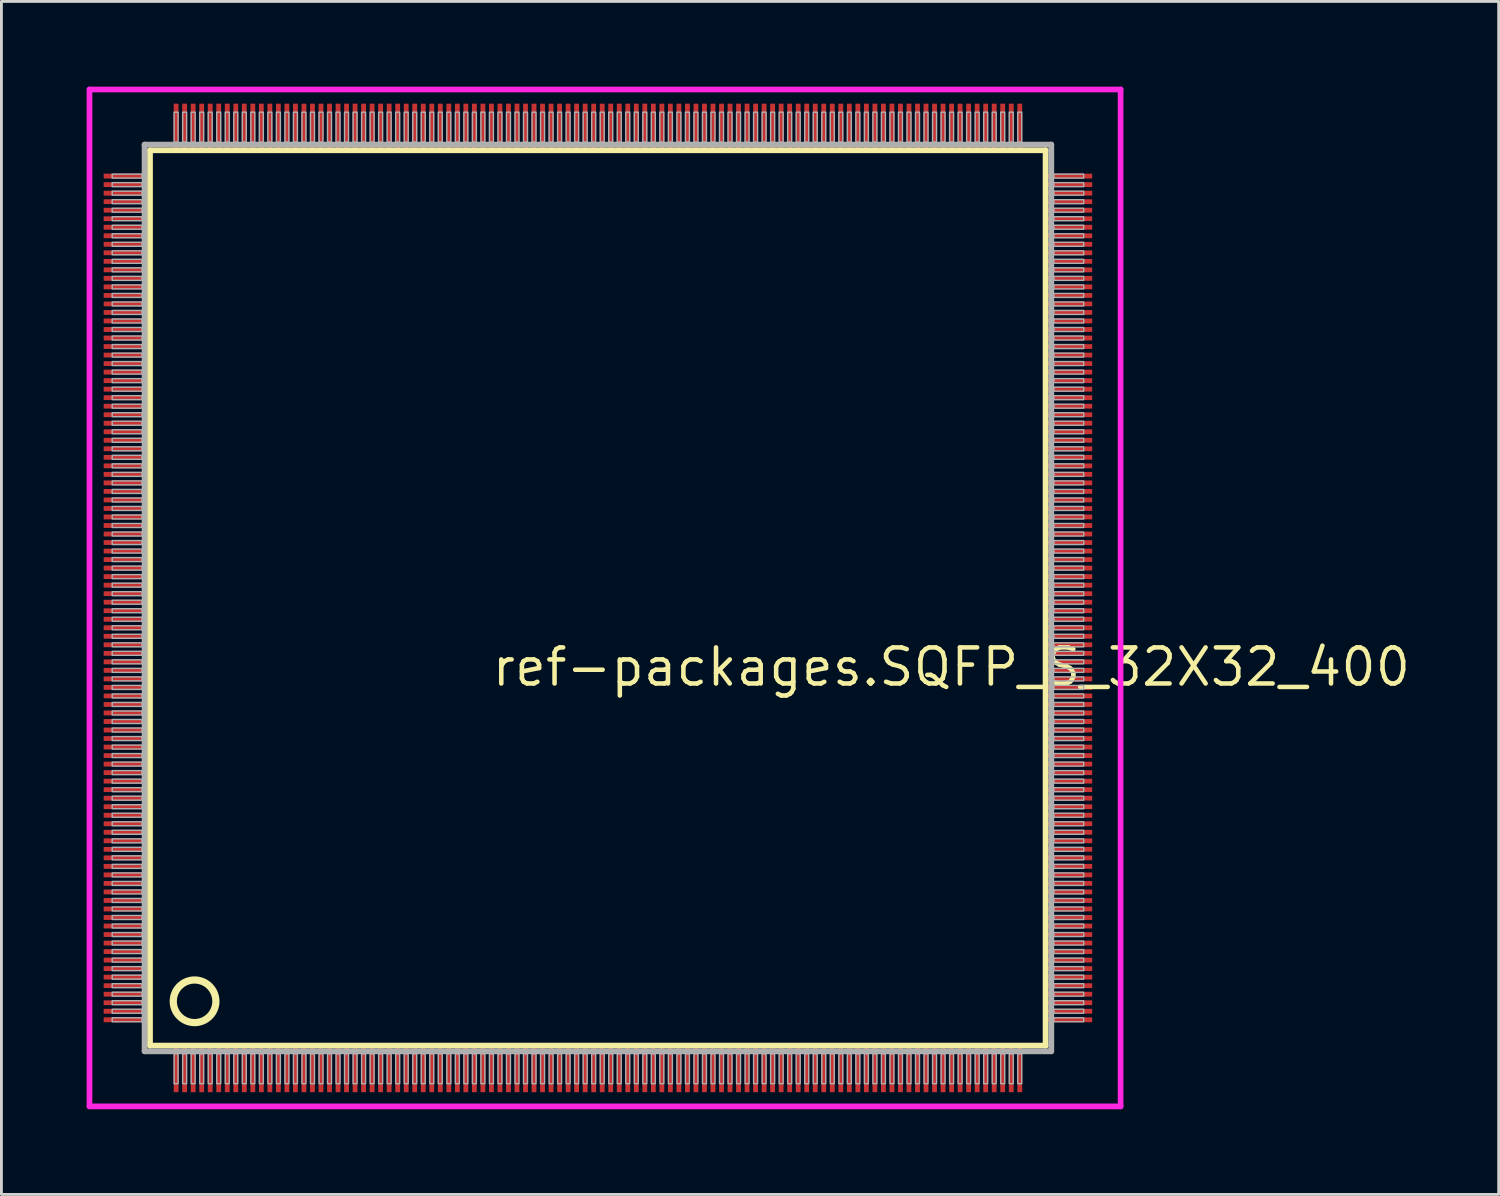
<source format=kicad_pcb>
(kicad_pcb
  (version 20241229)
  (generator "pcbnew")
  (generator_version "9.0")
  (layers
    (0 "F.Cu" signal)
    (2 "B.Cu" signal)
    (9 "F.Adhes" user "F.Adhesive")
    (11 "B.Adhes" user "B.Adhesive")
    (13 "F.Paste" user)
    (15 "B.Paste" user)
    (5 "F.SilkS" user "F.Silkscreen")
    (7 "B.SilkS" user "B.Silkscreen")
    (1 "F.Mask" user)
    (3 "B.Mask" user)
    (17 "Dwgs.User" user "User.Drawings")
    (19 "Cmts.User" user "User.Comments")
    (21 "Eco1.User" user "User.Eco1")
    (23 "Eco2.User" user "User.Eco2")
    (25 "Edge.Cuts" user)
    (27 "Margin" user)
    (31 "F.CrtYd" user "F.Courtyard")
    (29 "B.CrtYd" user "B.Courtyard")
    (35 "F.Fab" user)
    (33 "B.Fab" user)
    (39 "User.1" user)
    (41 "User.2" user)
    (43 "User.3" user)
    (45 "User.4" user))
  (footprint "ref-packages.SQFP_S_32X32_400"
    (layer "F.Cu")
    (at 18 18)
    (property "Reference" "ref-packages.SQFP_S_32X32_400" (at -3.81 3.175 0) (layer "F.SilkS") (effects (font (size 1.27 1.27) (thickness 0.16)) (justify left bottom)))
    (attr smd)
    (fp_line (start -15.77 -15.76) (end 15.76 -15.76) (stroke (width 0.203) (type default)) (layer "F.SilkS"))
    (fp_line (start -15.77 15.76) (end -15.77 -15.76) (stroke (width 0.203) (type default)) (layer "F.SilkS"))
    (fp_line (start 15.76 -15.76) (end 15.76 15.76) (stroke (width 0.203) (type default)) (layer "F.SilkS"))
    (fp_line (start 15.76 15.76) (end -15.77 15.76) (stroke (width 0.203) (type default)) (layer "F.SilkS"))
    (fp_circle (center -14.2 14.2) (end -13.45 14.2) (stroke (width 0.254) (type default)) (fill no) (layer "F.SilkS"))
    (fp_line (start -17.9 -17.9) (end 18.4 -17.9) (stroke (width 0.2) (type default)) (layer "F.CrtYd"))
    (fp_line (start -17.9 17.9) (end -17.9 -17.9) (stroke (width 0.2) (type default)) (layer "F.CrtYd"))
    (fp_line (start 18.4 -17.9) (end 18.4 17.9) (stroke (width 0.2) (type default)) (layer "F.CrtYd"))
    (fp_line (start 18.4 17.9) (end -17.9 17.9) (stroke (width 0.2) (type default)) (layer "F.CrtYd"))
    (fp_line (start -15.96 -15.96) (end -15.96 15.96) (stroke (width 0.203) (type default)) (layer "F.Fab"))
    (fp_line (start -15.96 15.96) (end 15.96 15.96) (stroke (width 0.203) (type default)) (layer "F.Fab"))
    (fp_line (start 15.96 -15.96) (end -15.96 -15.96) (stroke (width 0.203) (type default)) (layer "F.Fab"))
    (fp_line (start 15.96 15.96) (end 15.96 -15.96) (stroke (width 0.203) (type default)) (layer "F.Fab"))
    (fp_rect (start -17.1 -14.78) (end -16.05 -14.92) (stroke (width 0.05) (type default)) (fill no) (layer "F.Fab"))
    (fp_rect (start -17.1 -14.48) (end -16.05 -14.62) (stroke (width 0.05) (type default)) (fill no) (layer "F.Fab"))
    (fp_rect (start -17.1 -14.18) (end -16.05 -14.32) (stroke (width 0.05) (type default)) (fill no) (layer "F.Fab"))
    (fp_rect (start -17.1 -13.88) (end -16.05 -14.02) (stroke (width 0.05) (type default)) (fill no) (layer "F.Fab"))
    (fp_rect (start -17.1 -13.58) (end -16.05 -13.72) (stroke (width 0.05) (type default)) (fill no) (layer "F.Fab"))
    (fp_rect (start -17.1 -13.28) (end -16.05 -13.42) (stroke (width 0.05) (type default)) (fill no) (layer "F.Fab"))
    (fp_rect (start -17.1 -12.98) (end -16.05 -13.12) (stroke (width 0.05) (type default)) (fill no) (layer "F.Fab"))
    (fp_rect (start -17.1 -12.68) (end -16.05 -12.82) (stroke (width 0.05) (type default)) (fill no) (layer "F.Fab"))
    (fp_rect (start -17.1 -12.38) (end -16.05 -12.52) (stroke (width 0.05) (type default)) (fill no) (layer "F.Fab"))
    (fp_rect (start -17.1 -12.08) (end -16.05 -12.22) (stroke (width 0.05) (type default)) (fill no) (layer "F.Fab"))
    (fp_rect (start -17.1 -11.78) (end -16.05 -11.92) (stroke (width 0.05) (type default)) (fill no) (layer "F.Fab"))
    (fp_rect (start -17.1 -11.48) (end -16.05 -11.62) (stroke (width 0.05) (type default)) (fill no) (layer "F.Fab"))
    (fp_rect (start -17.1 -11.18) (end -16.05 -11.32) (stroke (width 0.05) (type default)) (fill no) (layer "F.Fab"))
    (fp_rect (start -17.1 -10.88) (end -16.05 -11.02) (stroke (width 0.05) (type default)) (fill no) (layer "F.Fab"))
    (fp_rect (start -17.1 -10.58) (end -16.05 -10.72) (stroke (width 0.05) (type default)) (fill no) (layer "F.Fab"))
    (fp_rect (start -17.1 -10.28) (end -16.05 -10.42) (stroke (width 0.05) (type default)) (fill no) (layer "F.Fab"))
    (fp_rect (start -17.1 -9.98) (end -16.05 -10.12) (stroke (width 0.05) (type default)) (fill no) (layer "F.Fab"))
    (fp_rect (start -17.1 -9.68) (end -16.05 -9.82) (stroke (width 0.05) (type default)) (fill no) (layer "F.Fab"))
    (fp_rect (start -17.1 -9.38) (end -16.05 -9.52) (stroke (width 0.05) (type default)) (fill no) (layer "F.Fab"))
    (fp_rect (start -17.1 -9.08) (end -16.05 -9.22) (stroke (width 0.05) (type default)) (fill no) (layer "F.Fab"))
    (fp_rect (start -17.1 -8.78) (end -16.05 -8.92) (stroke (width 0.05) (type default)) (fill no) (layer "F.Fab"))
    (fp_rect (start -17.1 -8.48) (end -16.05 -8.62) (stroke (width 0.05) (type default)) (fill no) (layer "F.Fab"))
    (fp_rect (start -17.1 -8.18) (end -16.05 -8.32) (stroke (width 0.05) (type default)) (fill no) (layer "F.Fab"))
    (fp_rect (start -17.1 -7.88) (end -16.05 -8.02) (stroke (width 0.05) (type default)) (fill no) (layer "F.Fab"))
    (fp_rect (start -17.1 -7.58) (end -16.05 -7.72) (stroke (width 0.05) (type default)) (fill no) (layer "F.Fab"))
    (fp_rect (start -17.1 -7.28) (end -16.05 -7.42) (stroke (width 0.05) (type default)) (fill no) (layer "F.Fab"))
    (fp_rect (start -17.1 -6.98) (end -16.05 -7.12) (stroke (width 0.05) (type default)) (fill no) (layer "F.Fab"))
    (fp_rect (start -17.1 -6.68) (end -16.05 -6.82) (stroke (width 0.05) (type default)) (fill no) (layer "F.Fab"))
    (fp_rect (start -17.1 -6.38) (end -16.05 -6.52) (stroke (width 0.05) (type default)) (fill no) (layer "F.Fab"))
    (fp_rect (start -17.1 -6.08) (end -16.05 -6.22) (stroke (width 0.05) (type default)) (fill no) (layer "F.Fab"))
    (fp_rect (start -17.1 -5.78) (end -16.05 -5.92) (stroke (width 0.05) (type default)) (fill no) (layer "F.Fab"))
    (fp_rect (start -17.1 -5.48) (end -16.05 -5.62) (stroke (width 0.05) (type default)) (fill no) (layer "F.Fab"))
    (fp_rect (start -17.1 -5.18) (end -16.05 -5.32) (stroke (width 0.05) (type default)) (fill no) (layer "F.Fab"))
    (fp_rect (start -17.1 -4.88) (end -16.05 -5.02) (stroke (width 0.05) (type default)) (fill no) (layer "F.Fab"))
    (fp_rect (start -17.1 -4.58) (end -16.05 -4.72) (stroke (width 0.05) (type default)) (fill no) (layer "F.Fab"))
    (fp_rect (start -17.1 -4.28) (end -16.05 -4.42) (stroke (width 0.05) (type default)) (fill no) (layer "F.Fab"))
    (fp_rect (start -17.1 -3.98) (end -16.05 -4.12) (stroke (width 0.05) (type default)) (fill no) (layer "F.Fab"))
    (fp_rect (start -17.1 -3.68) (end -16.05 -3.82) (stroke (width 0.05) (type default)) (fill no) (layer "F.Fab"))
    (fp_rect (start -17.1 -3.38) (end -16.05 -3.52) (stroke (width 0.05) (type default)) (fill no) (layer "F.Fab"))
    (fp_rect (start -17.1 -3.08) (end -16.05 -3.22) (stroke (width 0.05) (type default)) (fill no) (layer "F.Fab"))
    (fp_rect (start -17.1 -2.78) (end -16.05 -2.92) (stroke (width 0.05) (type default)) (fill no) (layer "F.Fab"))
    (fp_rect (start -17.1 -2.48) (end -16.05 -2.62) (stroke (width 0.05) (type default)) (fill no) (layer "F.Fab"))
    (fp_rect (start -17.1 -2.18) (end -16.05 -2.32) (stroke (width 0.05) (type default)) (fill no) (layer "F.Fab"))
    (fp_rect (start -17.1 -1.88) (end -16.05 -2.02) (stroke (width 0.05) (type default)) (fill no) (layer "F.Fab"))
    (fp_rect (start -17.1 -1.58) (end -16.05 -1.72) (stroke (width 0.05) (type default)) (fill no) (layer "F.Fab"))
    (fp_rect (start -17.1 -1.28) (end -16.05 -1.42) (stroke (width 0.05) (type default)) (fill no) (layer "F.Fab"))
    (fp_rect (start -17.1 -0.98) (end -16.05 -1.12) (stroke (width 0.05) (type default)) (fill no) (layer "F.Fab"))
    (fp_rect (start -17.1 -0.68) (end -16.05 -0.82) (stroke (width 0.05) (type default)) (fill no) (layer "F.Fab"))
    (fp_rect (start -17.1 -0.38) (end -16.05 -0.52) (stroke (width 0.05) (type default)) (fill no) (layer "F.Fab"))
    (fp_rect (start -17.1 -0.08) (end -16.05 -0.22) (stroke (width 0.05) (type default)) (fill no) (layer "F.Fab"))
    (fp_rect (start -17.1 0.22) (end -16.05 0.08) (stroke (width 0.05) (type default)) (fill no) (layer "F.Fab"))
    (fp_rect (start -17.1 0.52) (end -16.05 0.38) (stroke (width 0.05) (type default)) (fill no) (layer "F.Fab"))
    (fp_rect (start -17.1 0.82) (end -16.05 0.68) (stroke (width 0.05) (type default)) (fill no) (layer "F.Fab"))
    (fp_rect (start -17.1 1.12) (end -16.05 0.98) (stroke (width 0.05) (type default)) (fill no) (layer "F.Fab"))
    (fp_rect (start -17.1 1.42) (end -16.05 1.28) (stroke (width 0.05) (type default)) (fill no) (layer "F.Fab"))
    (fp_rect (start -17.1 1.72) (end -16.05 1.58) (stroke (width 0.05) (type default)) (fill no) (layer "F.Fab"))
    (fp_rect (start -17.1 2.02) (end -16.05 1.88) (stroke (width 0.05) (type default)) (fill no) (layer "F.Fab"))
    (fp_rect (start -17.1 2.32) (end -16.05 2.18) (stroke (width 0.05) (type default)) (fill no) (layer "F.Fab"))
    (fp_rect (start -17.1 2.62) (end -16.05 2.48) (stroke (width 0.05) (type default)) (fill no) (layer "F.Fab"))
    (fp_rect (start -17.1 2.92) (end -16.05 2.78) (stroke (width 0.05) (type default)) (fill no) (layer "F.Fab"))
    (fp_rect (start -17.1 3.22) (end -16.05 3.08) (stroke (width 0.05) (type default)) (fill no) (layer "F.Fab"))
    (fp_rect (start -17.1 3.52) (end -16.05 3.38) (stroke (width 0.05) (type default)) (fill no) (layer "F.Fab"))
    (fp_rect (start -17.1 3.82) (end -16.05 3.68) (stroke (width 0.05) (type default)) (fill no) (layer "F.Fab"))
    (fp_rect (start -17.1 4.12) (end -16.05 3.98) (stroke (width 0.05) (type default)) (fill no) (layer "F.Fab"))
    (fp_rect (start -17.1 4.42) (end -16.05 4.28) (stroke (width 0.05) (type default)) (fill no) (layer "F.Fab"))
    (fp_rect (start -17.1 4.72) (end -16.05 4.58) (stroke (width 0.05) (type default)) (fill no) (layer "F.Fab"))
    (fp_rect (start -17.1 5.02) (end -16.05 4.88) (stroke (width 0.05) (type default)) (fill no) (layer "F.Fab"))
    (fp_rect (start -17.1 5.32) (end -16.05 5.18) (stroke (width 0.05) (type default)) (fill no) (layer "F.Fab"))
    (fp_rect (start -17.1 5.62) (end -16.05 5.48) (stroke (width 0.05) (type default)) (fill no) (layer "F.Fab"))
    (fp_rect (start -17.1 5.92) (end -16.05 5.78) (stroke (width 0.05) (type default)) (fill no) (layer "F.Fab"))
    (fp_rect (start -17.1 6.22) (end -16.05 6.08) (stroke (width 0.05) (type default)) (fill no) (layer "F.Fab"))
    (fp_rect (start -17.1 6.52) (end -16.05 6.38) (stroke (width 0.05) (type default)) (fill no) (layer "F.Fab"))
    (fp_rect (start -17.1 6.82) (end -16.05 6.68) (stroke (width 0.05) (type default)) (fill no) (layer "F.Fab"))
    (fp_rect (start -17.1 7.12) (end -16.05 6.98) (stroke (width 0.05) (type default)) (fill no) (layer "F.Fab"))
    (fp_rect (start -17.1 7.42) (end -16.05 7.28) (stroke (width 0.05) (type default)) (fill no) (layer "F.Fab"))
    (fp_rect (start -17.1 7.72) (end -16.05 7.58) (stroke (width 0.05) (type default)) (fill no) (layer "F.Fab"))
    (fp_rect (start -17.1 8.02) (end -16.05 7.88) (stroke (width 0.05) (type default)) (fill no) (layer "F.Fab"))
    (fp_rect (start -17.1 8.32) (end -16.05 8.18) (stroke (width 0.05) (type default)) (fill no) (layer "F.Fab"))
    (fp_rect (start -17.1 8.62) (end -16.05 8.48) (stroke (width 0.05) (type default)) (fill no) (layer "F.Fab"))
    (fp_rect (start -17.1 8.92) (end -16.05 8.78) (stroke (width 0.05) (type default)) (fill no) (layer "F.Fab"))
    (fp_rect (start -17.1 9.22) (end -16.05 9.08) (stroke (width 0.05) (type default)) (fill no) (layer "F.Fab"))
    (fp_rect (start -17.1 9.52) (end -16.05 9.38) (stroke (width 0.05) (type default)) (fill no) (layer "F.Fab"))
    (fp_rect (start -17.1 9.82) (end -16.05 9.68) (stroke (width 0.05) (type default)) (fill no) (layer "F.Fab"))
    (fp_rect (start -17.1 10.12) (end -16.05 9.98) (stroke (width 0.05) (type default)) (fill no) (layer "F.Fab"))
    (fp_rect (start -17.1 10.42) (end -16.05 10.28) (stroke (width 0.05) (type default)) (fill no) (layer "F.Fab"))
    (fp_rect (start -17.1 10.72) (end -16.05 10.58) (stroke (width 0.05) (type default)) (fill no) (layer "F.Fab"))
    (fp_rect (start -17.1 11.02) (end -16.05 10.88) (stroke (width 0.05) (type default)) (fill no) (layer "F.Fab"))
    (fp_rect (start -17.1 11.32) (end -16.05 11.18) (stroke (width 0.05) (type default)) (fill no) (layer "F.Fab"))
    (fp_rect (start -17.1 11.62) (end -16.05 11.48) (stroke (width 0.05) (type default)) (fill no) (layer "F.Fab"))
    (fp_rect (start -17.1 11.92) (end -16.05 11.78) (stroke (width 0.05) (type default)) (fill no) (layer "F.Fab"))
    (fp_rect (start -17.1 12.22) (end -16.05 12.08) (stroke (width 0.05) (type default)) (fill no) (layer "F.Fab"))
    (fp_rect (start -17.1 12.52) (end -16.05 12.38) (stroke (width 0.05) (type default)) (fill no) (layer "F.Fab"))
    (fp_rect (start -17.1 12.82) (end -16.05 12.68) (stroke (width 0.05) (type default)) (fill no) (layer "F.Fab"))
    (fp_rect (start -17.1 13.12) (end -16.05 12.98) (stroke (width 0.05) (type default)) (fill no) (layer "F.Fab"))
    (fp_rect (start -17.1 13.42) (end -16.05 13.28) (stroke (width 0.05) (type default)) (fill no) (layer "F.Fab"))
    (fp_rect (start -17.1 13.72) (end -16.05 13.58) (stroke (width 0.05) (type default)) (fill no) (layer "F.Fab"))
    (fp_rect (start -17.1 14.02) (end -16.05 13.88) (stroke (width 0.05) (type default)) (fill no) (layer "F.Fab"))
    (fp_rect (start -17.1 14.32) (end -16.05 14.18) (stroke (width 0.05) (type default)) (fill no) (layer "F.Fab"))
    (fp_rect (start -17.1 14.62) (end -16.05 14.48) (stroke (width 0.05) (type default)) (fill no) (layer "F.Fab"))
    (fp_rect (start -17.1 14.92) (end -16.05 14.78) (stroke (width 0.05) (type default)) (fill no) (layer "F.Fab"))
    (fp_rect (start -14.92 -16.05) (end -14.78 -17.1) (stroke (width 0.05) (type default)) (fill no) (layer "F.Fab"))
    (fp_rect (start -14.92 17.1) (end -14.78 16.05) (stroke (width 0.05) (type default)) (fill no) (layer "F.Fab"))
    (fp_rect (start -14.62 -16.05) (end -14.48 -17.1) (stroke (width 0.05) (type default)) (fill no) (layer "F.Fab"))
    (fp_rect (start -14.62 17.1) (end -14.48 16.05) (stroke (width 0.05) (type default)) (fill no) (layer "F.Fab"))
    (fp_rect (start -14.32 -16.05) (end -14.18 -17.1) (stroke (width 0.05) (type default)) (fill no) (layer "F.Fab"))
    (fp_rect (start -14.32 17.1) (end -14.18 16.05) (stroke (width 0.05) (type default)) (fill no) (layer "F.Fab"))
    (fp_rect (start -14.02 -16.05) (end -13.88 -17.1) (stroke (width 0.05) (type default)) (fill no) (layer "F.Fab"))
    (fp_rect (start -14.02 17.1) (end -13.88 16.05) (stroke (width 0.05) (type default)) (fill no) (layer "F.Fab"))
    (fp_rect (start -13.72 -16.05) (end -13.58 -17.1) (stroke (width 0.05) (type default)) (fill no) (layer "F.Fab"))
    (fp_rect (start -13.72 17.1) (end -13.58 16.05) (stroke (width 0.05) (type default)) (fill no) (layer "F.Fab"))
    (fp_rect (start -13.42 -16.05) (end -13.28 -17.1) (stroke (width 0.05) (type default)) (fill no) (layer "F.Fab"))
    (fp_rect (start -13.42 17.1) (end -13.28 16.05) (stroke (width 0.05) (type default)) (fill no) (layer "F.Fab"))
    (fp_rect (start -13.12 -16.05) (end -12.98 -17.1) (stroke (width 0.05) (type default)) (fill no) (layer "F.Fab"))
    (fp_rect (start -13.12 17.1) (end -12.98 16.05) (stroke (width 0.05) (type default)) (fill no) (layer "F.Fab"))
    (fp_rect (start -12.82 -16.05) (end -12.68 -17.1) (stroke (width 0.05) (type default)) (fill no) (layer "F.Fab"))
    (fp_rect (start -12.82 17.1) (end -12.68 16.05) (stroke (width 0.05) (type default)) (fill no) (layer "F.Fab"))
    (fp_rect (start -12.52 -16.05) (end -12.38 -17.1) (stroke (width 0.05) (type default)) (fill no) (layer "F.Fab"))
    (fp_rect (start -12.52 17.1) (end -12.38 16.05) (stroke (width 0.05) (type default)) (fill no) (layer "F.Fab"))
    (fp_rect (start -12.22 -16.05) (end -12.08 -17.1) (stroke (width 0.05) (type default)) (fill no) (layer "F.Fab"))
    (fp_rect (start -12.22 17.1) (end -12.08 16.05) (stroke (width 0.05) (type default)) (fill no) (layer "F.Fab"))
    (fp_rect (start -11.92 -16.05) (end -11.78 -17.1) (stroke (width 0.05) (type default)) (fill no) (layer "F.Fab"))
    (fp_rect (start -11.92 17.1) (end -11.78 16.05) (stroke (width 0.05) (type default)) (fill no) (layer "F.Fab"))
    (fp_rect (start -11.62 -16.05) (end -11.48 -17.1) (stroke (width 0.05) (type default)) (fill no) (layer "F.Fab"))
    (fp_rect (start -11.62 17.1) (end -11.48 16.05) (stroke (width 0.05) (type default)) (fill no) (layer "F.Fab"))
    (fp_rect (start -11.32 -16.05) (end -11.18 -17.1) (stroke (width 0.05) (type default)) (fill no) (layer "F.Fab"))
    (fp_rect (start -11.32 17.1) (end -11.18 16.05) (stroke (width 0.05) (type default)) (fill no) (layer "F.Fab"))
    (fp_rect (start -11.02 -16.05) (end -10.88 -17.1) (stroke (width 0.05) (type default)) (fill no) (layer "F.Fab"))
    (fp_rect (start -11.02 17.1) (end -10.88 16.05) (stroke (width 0.05) (type default)) (fill no) (layer "F.Fab"))
    (fp_rect (start -10.72 -16.05) (end -10.58 -17.1) (stroke (width 0.05) (type default)) (fill no) (layer "F.Fab"))
    (fp_rect (start -10.72 17.1) (end -10.58 16.05) (stroke (width 0.05) (type default)) (fill no) (layer "F.Fab"))
    (fp_rect (start -10.42 -16.05) (end -10.28 -17.1) (stroke (width 0.05) (type default)) (fill no) (layer "F.Fab"))
    (fp_rect (start -10.42 17.1) (end -10.28 16.05) (stroke (width 0.05) (type default)) (fill no) (layer "F.Fab"))
    (fp_rect (start -10.12 -16.05) (end -9.98 -17.1) (stroke (width 0.05) (type default)) (fill no) (layer "F.Fab"))
    (fp_rect (start -10.12 17.1) (end -9.98 16.05) (stroke (width 0.05) (type default)) (fill no) (layer "F.Fab"))
    (fp_rect (start -9.82 -16.05) (end -9.68 -17.1) (stroke (width 0.05) (type default)) (fill no) (layer "F.Fab"))
    (fp_rect (start -9.82 17.1) (end -9.68 16.05) (stroke (width 0.05) (type default)) (fill no) (layer "F.Fab"))
    (fp_rect (start -9.52 -16.05) (end -9.38 -17.1) (stroke (width 0.05) (type default)) (fill no) (layer "F.Fab"))
    (fp_rect (start -9.52 17.1) (end -9.38 16.05) (stroke (width 0.05) (type default)) (fill no) (layer "F.Fab"))
    (fp_rect (start -9.22 -16.05) (end -9.08 -17.1) (stroke (width 0.05) (type default)) (fill no) (layer "F.Fab"))
    (fp_rect (start -9.22 17.1) (end -9.08 16.05) (stroke (width 0.05) (type default)) (fill no) (layer "F.Fab"))
    (fp_rect (start -8.92 -16.05) (end -8.78 -17.1) (stroke (width 0.05) (type default)) (fill no) (layer "F.Fab"))
    (fp_rect (start -8.92 17.1) (end -8.78 16.05) (stroke (width 0.05) (type default)) (fill no) (layer "F.Fab"))
    (fp_rect (start -8.62 -16.05) (end -8.48 -17.1) (stroke (width 0.05) (type default)) (fill no) (layer "F.Fab"))
    (fp_rect (start -8.62 17.1) (end -8.48 16.05) (stroke (width 0.05) (type default)) (fill no) (layer "F.Fab"))
    (fp_rect (start -8.32 -16.05) (end -8.18 -17.1) (stroke (width 0.05) (type default)) (fill no) (layer "F.Fab"))
    (fp_rect (start -8.32 17.1) (end -8.18 16.05) (stroke (width 0.05) (type default)) (fill no) (layer "F.Fab"))
    (fp_rect (start -8.02 -16.05) (end -7.88 -17.1) (stroke (width 0.05) (type default)) (fill no) (layer "F.Fab"))
    (fp_rect (start -8.02 17.1) (end -7.88 16.05) (stroke (width 0.05) (type default)) (fill no) (layer "F.Fab"))
    (fp_rect (start -7.72 -16.05) (end -7.58 -17.1) (stroke (width 0.05) (type default)) (fill no) (layer "F.Fab"))
    (fp_rect (start -7.72 17.1) (end -7.58 16.05) (stroke (width 0.05) (type default)) (fill no) (layer "F.Fab"))
    (fp_rect (start -7.42 -16.05) (end -7.28 -17.1) (stroke (width 0.05) (type default)) (fill no) (layer "F.Fab"))
    (fp_rect (start -7.42 17.1) (end -7.28 16.05) (stroke (width 0.05) (type default)) (fill no) (layer "F.Fab"))
    (fp_rect (start -7.12 -16.05) (end -6.98 -17.1) (stroke (width 0.05) (type default)) (fill no) (layer "F.Fab"))
    (fp_rect (start -7.12 17.1) (end -6.98 16.05) (stroke (width 0.05) (type default)) (fill no) (layer "F.Fab"))
    (fp_rect (start -6.82 -16.05) (end -6.68 -17.1) (stroke (width 0.05) (type default)) (fill no) (layer "F.Fab"))
    (fp_rect (start -6.82 17.1) (end -6.68 16.05) (stroke (width 0.05) (type default)) (fill no) (layer "F.Fab"))
    (fp_rect (start -6.52 -16.05) (end -6.38 -17.1) (stroke (width 0.05) (type default)) (fill no) (layer "F.Fab"))
    (fp_rect (start -6.52 17.1) (end -6.38 16.05) (stroke (width 0.05) (type default)) (fill no) (layer "F.Fab"))
    (fp_rect (start -6.22 -16.05) (end -6.08 -17.1) (stroke (width 0.05) (type default)) (fill no) (layer "F.Fab"))
    (fp_rect (start -6.22 17.1) (end -6.08 16.05) (stroke (width 0.05) (type default)) (fill no) (layer "F.Fab"))
    (fp_rect (start -5.92 -16.05) (end -5.78 -17.1) (stroke (width 0.05) (type default)) (fill no) (layer "F.Fab"))
    (fp_rect (start -5.92 17.1) (end -5.78 16.05) (stroke (width 0.05) (type default)) (fill no) (layer "F.Fab"))
    (fp_rect (start -5.62 -16.05) (end -5.48 -17.1) (stroke (width 0.05) (type default)) (fill no) (layer "F.Fab"))
    (fp_rect (start -5.62 17.1) (end -5.48 16.05) (stroke (width 0.05) (type default)) (fill no) (layer "F.Fab"))
    (fp_rect (start -5.32 -16.05) (end -5.18 -17.1) (stroke (width 0.05) (type default)) (fill no) (layer "F.Fab"))
    (fp_rect (start -5.32 17.1) (end -5.18 16.05) (stroke (width 0.05) (type default)) (fill no) (layer "F.Fab"))
    (fp_rect (start -5.02 -16.05) (end -4.88 -17.1) (stroke (width 0.05) (type default)) (fill no) (layer "F.Fab"))
    (fp_rect (start -5.02 17.1) (end -4.88 16.05) (stroke (width 0.05) (type default)) (fill no) (layer "F.Fab"))
    (fp_rect (start -4.72 -16.05) (end -4.58 -17.1) (stroke (width 0.05) (type default)) (fill no) (layer "F.Fab"))
    (fp_rect (start -4.72 17.1) (end -4.58 16.05) (stroke (width 0.05) (type default)) (fill no) (layer "F.Fab"))
    (fp_rect (start -4.42 -16.05) (end -4.28 -17.1) (stroke (width 0.05) (type default)) (fill no) (layer "F.Fab"))
    (fp_rect (start -4.42 17.1) (end -4.28 16.05) (stroke (width 0.05) (type default)) (fill no) (layer "F.Fab"))
    (fp_rect (start -4.12 -16.05) (end -3.98 -17.1) (stroke (width 0.05) (type default)) (fill no) (layer "F.Fab"))
    (fp_rect (start -4.12 17.1) (end -3.98 16.05) (stroke (width 0.05) (type default)) (fill no) (layer "F.Fab"))
    (fp_rect (start -3.82 -16.05) (end -3.68 -17.1) (stroke (width 0.05) (type default)) (fill no) (layer "F.Fab"))
    (fp_rect (start -3.82 17.1) (end -3.68 16.05) (stroke (width 0.05) (type default)) (fill no) (layer "F.Fab"))
    (fp_rect (start -3.52 -16.05) (end -3.38 -17.1) (stroke (width 0.05) (type default)) (fill no) (layer "F.Fab"))
    (fp_rect (start -3.52 17.1) (end -3.38 16.05) (stroke (width 0.05) (type default)) (fill no) (layer "F.Fab"))
    (fp_rect (start -3.22 -16.05) (end -3.08 -17.1) (stroke (width 0.05) (type default)) (fill no) (layer "F.Fab"))
    (fp_rect (start -3.22 17.1) (end -3.08 16.05) (stroke (width 0.05) (type default)) (fill no) (layer "F.Fab"))
    (fp_rect (start -2.92 -16.05) (end -2.78 -17.1) (stroke (width 0.05) (type default)) (fill no) (layer "F.Fab"))
    (fp_rect (start -2.92 17.1) (end -2.78 16.05) (stroke (width 0.05) (type default)) (fill no) (layer "F.Fab"))
    (fp_rect (start -2.62 -16.05) (end -2.48 -17.1) (stroke (width 0.05) (type default)) (fill no) (layer "F.Fab"))
    (fp_rect (start -2.62 17.1) (end -2.48 16.05) (stroke (width 0.05) (type default)) (fill no) (layer "F.Fab"))
    (fp_rect (start -2.32 -16.05) (end -2.18 -17.1) (stroke (width 0.05) (type default)) (fill no) (layer "F.Fab"))
    (fp_rect (start -2.32 17.1) (end -2.18 16.05) (stroke (width 0.05) (type default)) (fill no) (layer "F.Fab"))
    (fp_rect (start -2.02 -16.05) (end -1.88 -17.1) (stroke (width 0.05) (type default)) (fill no) (layer "F.Fab"))
    (fp_rect (start -2.02 17.1) (end -1.88 16.05) (stroke (width 0.05) (type default)) (fill no) (layer "F.Fab"))
    (fp_rect (start -1.72 -16.05) (end -1.58 -17.1) (stroke (width 0.05) (type default)) (fill no) (layer "F.Fab"))
    (fp_rect (start -1.72 17.1) (end -1.58 16.05) (stroke (width 0.05) (type default)) (fill no) (layer "F.Fab"))
    (fp_rect (start -1.42 -16.05) (end -1.28 -17.1) (stroke (width 0.05) (type default)) (fill no) (layer "F.Fab"))
    (fp_rect (start -1.42 17.1) (end -1.28 16.05) (stroke (width 0.05) (type default)) (fill no) (layer "F.Fab"))
    (fp_rect (start -1.12 -16.05) (end -0.98 -17.1) (stroke (width 0.05) (type default)) (fill no) (layer "F.Fab"))
    (fp_rect (start -1.12 17.1) (end -0.98 16.05) (stroke (width 0.05) (type default)) (fill no) (layer "F.Fab"))
    (fp_rect (start -0.82 -16.05) (end -0.68 -17.1) (stroke (width 0.05) (type default)) (fill no) (layer "F.Fab"))
    (fp_rect (start -0.82 17.1) (end -0.68 16.05) (stroke (width 0.05) (type default)) (fill no) (layer "F.Fab"))
    (fp_rect (start -0.52 -16.05) (end -0.38 -17.1) (stroke (width 0.05) (type default)) (fill no) (layer "F.Fab"))
    (fp_rect (start -0.52 17.1) (end -0.38 16.05) (stroke (width 0.05) (type default)) (fill no) (layer "F.Fab"))
    (fp_rect (start -0.22 -16.05) (end -0.08 -17.1) (stroke (width 0.05) (type default)) (fill no) (layer "F.Fab"))
    (fp_rect (start -0.22 17.1) (end -0.08 16.05) (stroke (width 0.05) (type default)) (fill no) (layer "F.Fab"))
    (fp_rect (start 0.08 -16.05) (end 0.22 -17.1) (stroke (width 0.05) (type default)) (fill no) (layer "F.Fab"))
    (fp_rect (start 0.08 17.1) (end 0.22 16.05) (stroke (width 0.05) (type default)) (fill no) (layer "F.Fab"))
    (fp_rect (start 0.38 -16.05) (end 0.52 -17.1) (stroke (width 0.05) (type default)) (fill no) (layer "F.Fab"))
    (fp_rect (start 0.38 17.1) (end 0.52 16.05) (stroke (width 0.05) (type default)) (fill no) (layer "F.Fab"))
    (fp_rect (start 0.68 -16.05) (end 0.82 -17.1) (stroke (width 0.05) (type default)) (fill no) (layer "F.Fab"))
    (fp_rect (start 0.68 17.1) (end 0.82 16.05) (stroke (width 0.05) (type default)) (fill no) (layer "F.Fab"))
    (fp_rect (start 0.98 -16.05) (end 1.12 -17.1) (stroke (width 0.05) (type default)) (fill no) (layer "F.Fab"))
    (fp_rect (start 0.98 17.1) (end 1.12 16.05) (stroke (width 0.05) (type default)) (fill no) (layer "F.Fab"))
    (fp_rect (start 1.28 -16.05) (end 1.42 -17.1) (stroke (width 0.05) (type default)) (fill no) (layer "F.Fab"))
    (fp_rect (start 1.28 17.1) (end 1.42 16.05) (stroke (width 0.05) (type default)) (fill no) (layer "F.Fab"))
    (fp_rect (start 1.58 -16.05) (end 1.72 -17.1) (stroke (width 0.05) (type default)) (fill no) (layer "F.Fab"))
    (fp_rect (start 1.58 17.1) (end 1.72 16.05) (stroke (width 0.05) (type default)) (fill no) (layer "F.Fab"))
    (fp_rect (start 1.88 -16.05) (end 2.02 -17.1) (stroke (width 0.05) (type default)) (fill no) (layer "F.Fab"))
    (fp_rect (start 1.88 17.1) (end 2.02 16.05) (stroke (width 0.05) (type default)) (fill no) (layer "F.Fab"))
    (fp_rect (start 2.18 -16.05) (end 2.32 -17.1) (stroke (width 0.05) (type default)) (fill no) (layer "F.Fab"))
    (fp_rect (start 2.18 17.1) (end 2.32 16.05) (stroke (width 0.05) (type default)) (fill no) (layer "F.Fab"))
    (fp_rect (start 2.48 -16.05) (end 2.62 -17.1) (stroke (width 0.05) (type default)) (fill no) (layer "F.Fab"))
    (fp_rect (start 2.48 17.1) (end 2.62 16.05) (stroke (width 0.05) (type default)) (fill no) (layer "F.Fab"))
    (fp_rect (start 2.78 -16.05) (end 2.92 -17.1) (stroke (width 0.05) (type default)) (fill no) (layer "F.Fab"))
    (fp_rect (start 2.78 17.1) (end 2.92 16.05) (stroke (width 0.05) (type default)) (fill no) (layer "F.Fab"))
    (fp_rect (start 3.08 -16.05) (end 3.22 -17.1) (stroke (width 0.05) (type default)) (fill no) (layer "F.Fab"))
    (fp_rect (start 3.08 17.1) (end 3.22 16.05) (stroke (width 0.05) (type default)) (fill no) (layer "F.Fab"))
    (fp_rect (start 3.38 -16.05) (end 3.52 -17.1) (stroke (width 0.05) (type default)) (fill no) (layer "F.Fab"))
    (fp_rect (start 3.38 17.1) (end 3.52 16.05) (stroke (width 0.05) (type default)) (fill no) (layer "F.Fab"))
    (fp_rect (start 3.68 -16.05) (end 3.82 -17.1) (stroke (width 0.05) (type default)) (fill no) (layer "F.Fab"))
    (fp_rect (start 3.68 17.1) (end 3.82 16.05) (stroke (width 0.05) (type default)) (fill no) (layer "F.Fab"))
    (fp_rect (start 3.98 -16.05) (end 4.12 -17.1) (stroke (width 0.05) (type default)) (fill no) (layer "F.Fab"))
    (fp_rect (start 3.98 17.1) (end 4.12 16.05) (stroke (width 0.05) (type default)) (fill no) (layer "F.Fab"))
    (fp_rect (start 4.28 -16.05) (end 4.42 -17.1) (stroke (width 0.05) (type default)) (fill no) (layer "F.Fab"))
    (fp_rect (start 4.28 17.1) (end 4.42 16.05) (stroke (width 0.05) (type default)) (fill no) (layer "F.Fab"))
    (fp_rect (start 4.58 -16.05) (end 4.72 -17.1) (stroke (width 0.05) (type default)) (fill no) (layer "F.Fab"))
    (fp_rect (start 4.58 17.1) (end 4.72 16.05) (stroke (width 0.05) (type default)) (fill no) (layer "F.Fab"))
    (fp_rect (start 4.88 -16.05) (end 5.02 -17.1) (stroke (width 0.05) (type default)) (fill no) (layer "F.Fab"))
    (fp_rect (start 4.88 17.1) (end 5.02 16.05) (stroke (width 0.05) (type default)) (fill no) (layer "F.Fab"))
    (fp_rect (start 5.18 -16.05) (end 5.32 -17.1) (stroke (width 0.05) (type default)) (fill no) (layer "F.Fab"))
    (fp_rect (start 5.18 17.1) (end 5.32 16.05) (stroke (width 0.05) (type default)) (fill no) (layer "F.Fab"))
    (fp_rect (start 5.48 -16.05) (end 5.62 -17.1) (stroke (width 0.05) (type default)) (fill no) (layer "F.Fab"))
    (fp_rect (start 5.48 17.1) (end 5.62 16.05) (stroke (width 0.05) (type default)) (fill no) (layer "F.Fab"))
    (fp_rect (start 5.78 -16.05) (end 5.92 -17.1) (stroke (width 0.05) (type default)) (fill no) (layer "F.Fab"))
    (fp_rect (start 5.78 17.1) (end 5.92 16.05) (stroke (width 0.05) (type default)) (fill no) (layer "F.Fab"))
    (fp_rect (start 6.08 -16.05) (end 6.22 -17.1) (stroke (width 0.05) (type default)) (fill no) (layer "F.Fab"))
    (fp_rect (start 6.08 17.1) (end 6.22 16.05) (stroke (width 0.05) (type default)) (fill no) (layer "F.Fab"))
    (fp_rect (start 6.38 -16.05) (end 6.52 -17.1) (stroke (width 0.05) (type default)) (fill no) (layer "F.Fab"))
    (fp_rect (start 6.38 17.1) (end 6.52 16.05) (stroke (width 0.05) (type default)) (fill no) (layer "F.Fab"))
    (fp_rect (start 6.68 -16.05) (end 6.82 -17.1) (stroke (width 0.05) (type default)) (fill no) (layer "F.Fab"))
    (fp_rect (start 6.68 17.1) (end 6.82 16.05) (stroke (width 0.05) (type default)) (fill no) (layer "F.Fab"))
    (fp_rect (start 6.98 -16.05) (end 7.12 -17.1) (stroke (width 0.05) (type default)) (fill no) (layer "F.Fab"))
    (fp_rect (start 6.98 17.1) (end 7.12 16.05) (stroke (width 0.05) (type default)) (fill no) (layer "F.Fab"))
    (fp_rect (start 7.28 -16.05) (end 7.42 -17.1) (stroke (width 0.05) (type default)) (fill no) (layer "F.Fab"))
    (fp_rect (start 7.28 17.1) (end 7.42 16.05) (stroke (width 0.05) (type default)) (fill no) (layer "F.Fab"))
    (fp_rect (start 7.58 -16.05) (end 7.72 -17.1) (stroke (width 0.05) (type default)) (fill no) (layer "F.Fab"))
    (fp_rect (start 7.58 17.1) (end 7.72 16.05) (stroke (width 0.05) (type default)) (fill no) (layer "F.Fab"))
    (fp_rect (start 7.88 -16.05) (end 8.02 -17.1) (stroke (width 0.05) (type default)) (fill no) (layer "F.Fab"))
    (fp_rect (start 7.88 17.1) (end 8.02 16.05) (stroke (width 0.05) (type default)) (fill no) (layer "F.Fab"))
    (fp_rect (start 8.18 -16.05) (end 8.32 -17.1) (stroke (width 0.05) (type default)) (fill no) (layer "F.Fab"))
    (fp_rect (start 8.18 17.1) (end 8.32 16.05) (stroke (width 0.05) (type default)) (fill no) (layer "F.Fab"))
    (fp_rect (start 8.48 -16.05) (end 8.62 -17.1) (stroke (width 0.05) (type default)) (fill no) (layer "F.Fab"))
    (fp_rect (start 8.48 17.1) (end 8.62 16.05) (stroke (width 0.05) (type default)) (fill no) (layer "F.Fab"))
    (fp_rect (start 8.78 -16.05) (end 8.92 -17.1) (stroke (width 0.05) (type default)) (fill no) (layer "F.Fab"))
    (fp_rect (start 8.78 17.1) (end 8.92 16.05) (stroke (width 0.05) (type default)) (fill no) (layer "F.Fab"))
    (fp_rect (start 9.08 -16.05) (end 9.22 -17.1) (stroke (width 0.05) (type default)) (fill no) (layer "F.Fab"))
    (fp_rect (start 9.08 17.1) (end 9.22 16.05) (stroke (width 0.05) (type default)) (fill no) (layer "F.Fab"))
    (fp_rect (start 9.38 -16.05) (end 9.52 -17.1) (stroke (width 0.05) (type default)) (fill no) (layer "F.Fab"))
    (fp_rect (start 9.38 17.1) (end 9.52 16.05) (stroke (width 0.05) (type default)) (fill no) (layer "F.Fab"))
    (fp_rect (start 9.68 -16.05) (end 9.82 -17.1) (stroke (width 0.05) (type default)) (fill no) (layer "F.Fab"))
    (fp_rect (start 9.68 17.1) (end 9.82 16.05) (stroke (width 0.05) (type default)) (fill no) (layer "F.Fab"))
    (fp_rect (start 9.98 -16.05) (end 10.12 -17.1) (stroke (width 0.05) (type default)) (fill no) (layer "F.Fab"))
    (fp_rect (start 9.98 17.1) (end 10.12 16.05) (stroke (width 0.05) (type default)) (fill no) (layer "F.Fab"))
    (fp_rect (start 10.28 -16.05) (end 10.42 -17.1) (stroke (width 0.05) (type default)) (fill no) (layer "F.Fab"))
    (fp_rect (start 10.28 17.1) (end 10.42 16.05) (stroke (width 0.05) (type default)) (fill no) (layer "F.Fab"))
    (fp_rect (start 10.58 -16.05) (end 10.72 -17.1) (stroke (width 0.05) (type default)) (fill no) (layer "F.Fab"))
    (fp_rect (start 10.58 17.1) (end 10.72 16.05) (stroke (width 0.05) (type default)) (fill no) (layer "F.Fab"))
    (fp_rect (start 10.88 -16.05) (end 11.02 -17.1) (stroke (width 0.05) (type default)) (fill no) (layer "F.Fab"))
    (fp_rect (start 10.88 17.1) (end 11.02 16.05) (stroke (width 0.05) (type default)) (fill no) (layer "F.Fab"))
    (fp_rect (start 11.18 -16.05) (end 11.32 -17.1) (stroke (width 0.05) (type default)) (fill no) (layer "F.Fab"))
    (fp_rect (start 11.18 17.1) (end 11.32 16.05) (stroke (width 0.05) (type default)) (fill no) (layer "F.Fab"))
    (fp_rect (start 11.48 -16.05) (end 11.62 -17.1) (stroke (width 0.05) (type default)) (fill no) (layer "F.Fab"))
    (fp_rect (start 11.48 17.1) (end 11.62 16.05) (stroke (width 0.05) (type default)) (fill no) (layer "F.Fab"))
    (fp_rect (start 11.78 -16.05) (end 11.92 -17.1) (stroke (width 0.05) (type default)) (fill no) (layer "F.Fab"))
    (fp_rect (start 11.78 17.1) (end 11.92 16.05) (stroke (width 0.05) (type default)) (fill no) (layer "F.Fab"))
    (fp_rect (start 12.08 -16.05) (end 12.22 -17.1) (stroke (width 0.05) (type default)) (fill no) (layer "F.Fab"))
    (fp_rect (start 12.08 17.1) (end 12.22 16.05) (stroke (width 0.05) (type default)) (fill no) (layer "F.Fab"))
    (fp_rect (start 12.38 -16.05) (end 12.52 -17.1) (stroke (width 0.05) (type default)) (fill no) (layer "F.Fab"))
    (fp_rect (start 12.38 17.1) (end 12.52 16.05) (stroke (width 0.05) (type default)) (fill no) (layer "F.Fab"))
    (fp_rect (start 12.68 -16.05) (end 12.82 -17.1) (stroke (width 0.05) (type default)) (fill no) (layer "F.Fab"))
    (fp_rect (start 12.68 17.1) (end 12.82 16.05) (stroke (width 0.05) (type default)) (fill no) (layer "F.Fab"))
    (fp_rect (start 12.98 -16.05) (end 13.12 -17.1) (stroke (width 0.05) (type default)) (fill no) (layer "F.Fab"))
    (fp_rect (start 12.98 17.1) (end 13.12 16.05) (stroke (width 0.05) (type default)) (fill no) (layer "F.Fab"))
    (fp_rect (start 13.28 -16.05) (end 13.42 -17.1) (stroke (width 0.05) (type default)) (fill no) (layer "F.Fab"))
    (fp_rect (start 13.28 17.1) (end 13.42 16.05) (stroke (width 0.05) (type default)) (fill no) (layer "F.Fab"))
    (fp_rect (start 13.58 -16.05) (end 13.72 -17.1) (stroke (width 0.05) (type default)) (fill no) (layer "F.Fab"))
    (fp_rect (start 13.58 17.1) (end 13.72 16.05) (stroke (width 0.05) (type default)) (fill no) (layer "F.Fab"))
    (fp_rect (start 13.88 -16.05) (end 14.02 -17.1) (stroke (width 0.05) (type default)) (fill no) (layer "F.Fab"))
    (fp_rect (start 13.88 17.1) (end 14.02 16.05) (stroke (width 0.05) (type default)) (fill no) (layer "F.Fab"))
    (fp_rect (start 14.18 -16.05) (end 14.32 -17.1) (stroke (width 0.05) (type default)) (fill no) (layer "F.Fab"))
    (fp_rect (start 14.18 17.1) (end 14.32 16.05) (stroke (width 0.05) (type default)) (fill no) (layer "F.Fab"))
    (fp_rect (start 14.48 -16.05) (end 14.62 -17.1) (stroke (width 0.05) (type default)) (fill no) (layer "F.Fab"))
    (fp_rect (start 14.48 17.1) (end 14.62 16.05) (stroke (width 0.05) (type default)) (fill no) (layer "F.Fab"))
    (fp_rect (start 14.78 -16.05) (end 14.92 -17.1) (stroke (width 0.05) (type default)) (fill no) (layer "F.Fab"))
    (fp_rect (start 14.78 17.1) (end 14.92 16.05) (stroke (width 0.05) (type default)) (fill no) (layer "F.Fab"))
    (fp_rect (start 16.05 -14.78) (end 17.1 -14.92) (stroke (width 0.05) (type default)) (fill no) (layer "F.Fab"))
    (fp_rect (start 16.05 -14.48) (end 17.1 -14.62) (stroke (width 0.05) (type default)) (fill no) (layer "F.Fab"))
    (fp_rect (start 16.05 -14.18) (end 17.1 -14.32) (stroke (width 0.05) (type default)) (fill no) (layer "F.Fab"))
    (fp_rect (start 16.05 -13.88) (end 17.1 -14.02) (stroke (width 0.05) (type default)) (fill no) (layer "F.Fab"))
    (fp_rect (start 16.05 -13.58) (end 17.1 -13.72) (stroke (width 0.05) (type default)) (fill no) (layer "F.Fab"))
    (fp_rect (start 16.05 -13.28) (end 17.1 -13.42) (stroke (width 0.05) (type default)) (fill no) (layer "F.Fab"))
    (fp_rect (start 16.05 -12.98) (end 17.1 -13.12) (stroke (width 0.05) (type default)) (fill no) (layer "F.Fab"))
    (fp_rect (start 16.05 -12.68) (end 17.1 -12.82) (stroke (width 0.05) (type default)) (fill no) (layer "F.Fab"))
    (fp_rect (start 16.05 -12.38) (end 17.1 -12.52) (stroke (width 0.05) (type default)) (fill no) (layer "F.Fab"))
    (fp_rect (start 16.05 -12.08) (end 17.1 -12.22) (stroke (width 0.05) (type default)) (fill no) (layer "F.Fab"))
    (fp_rect (start 16.05 -11.78) (end 17.1 -11.92) (stroke (width 0.05) (type default)) (fill no) (layer "F.Fab"))
    (fp_rect (start 16.05 -11.48) (end 17.1 -11.62) (stroke (width 0.05) (type default)) (fill no) (layer "F.Fab"))
    (fp_rect (start 16.05 -11.18) (end 17.1 -11.32) (stroke (width 0.05) (type default)) (fill no) (layer "F.Fab"))
    (fp_rect (start 16.05 -10.88) (end 17.1 -11.02) (stroke (width 0.05) (type default)) (fill no) (layer "F.Fab"))
    (fp_rect (start 16.05 -10.58) (end 17.1 -10.72) (stroke (width 0.05) (type default)) (fill no) (layer "F.Fab"))
    (fp_rect (start 16.05 -10.28) (end 17.1 -10.42) (stroke (width 0.05) (type default)) (fill no) (layer "F.Fab"))
    (fp_rect (start 16.05 -9.98) (end 17.1 -10.12) (stroke (width 0.05) (type default)) (fill no) (layer "F.Fab"))
    (fp_rect (start 16.05 -9.68) (end 17.1 -9.82) (stroke (width 0.05) (type default)) (fill no) (layer "F.Fab"))
    (fp_rect (start 16.05 -9.38) (end 17.1 -9.52) (stroke (width 0.05) (type default)) (fill no) (layer "F.Fab"))
    (fp_rect (start 16.05 -9.08) (end 17.1 -9.22) (stroke (width 0.05) (type default)) (fill no) (layer "F.Fab"))
    (fp_rect (start 16.05 -8.78) (end 17.1 -8.92) (stroke (width 0.05) (type default)) (fill no) (layer "F.Fab"))
    (fp_rect (start 16.05 -8.48) (end 17.1 -8.62) (stroke (width 0.05) (type default)) (fill no) (layer "F.Fab"))
    (fp_rect (start 16.05 -8.18) (end 17.1 -8.32) (stroke (width 0.05) (type default)) (fill no) (layer "F.Fab"))
    (fp_rect (start 16.05 -7.88) (end 17.1 -8.02) (stroke (width 0.05) (type default)) (fill no) (layer "F.Fab"))
    (fp_rect (start 16.05 -7.58) (end 17.1 -7.72) (stroke (width 0.05) (type default)) (fill no) (layer "F.Fab"))
    (fp_rect (start 16.05 -7.28) (end 17.1 -7.42) (stroke (width 0.05) (type default)) (fill no) (layer "F.Fab"))
    (fp_rect (start 16.05 -6.98) (end 17.1 -7.12) (stroke (width 0.05) (type default)) (fill no) (layer "F.Fab"))
    (fp_rect (start 16.05 -6.68) (end 17.1 -6.82) (stroke (width 0.05) (type default)) (fill no) (layer "F.Fab"))
    (fp_rect (start 16.05 -6.38) (end 17.1 -6.52) (stroke (width 0.05) (type default)) (fill no) (layer "F.Fab"))
    (fp_rect (start 16.05 -6.08) (end 17.1 -6.22) (stroke (width 0.05) (type default)) (fill no) (layer "F.Fab"))
    (fp_rect (start 16.05 -5.78) (end 17.1 -5.92) (stroke (width 0.05) (type default)) (fill no) (layer "F.Fab"))
    (fp_rect (start 16.05 -5.48) (end 17.1 -5.62) (stroke (width 0.05) (type default)) (fill no) (layer "F.Fab"))
    (fp_rect (start 16.05 -5.18) (end 17.1 -5.32) (stroke (width 0.05) (type default)) (fill no) (layer "F.Fab"))
    (fp_rect (start 16.05 -4.88) (end 17.1 -5.02) (stroke (width 0.05) (type default)) (fill no) (layer "F.Fab"))
    (fp_rect (start 16.05 -4.58) (end 17.1 -4.72) (stroke (width 0.05) (type default)) (fill no) (layer "F.Fab"))
    (fp_rect (start 16.05 -4.28) (end 17.1 -4.42) (stroke (width 0.05) (type default)) (fill no) (layer "F.Fab"))
    (fp_rect (start 16.05 -3.98) (end 17.1 -4.12) (stroke (width 0.05) (type default)) (fill no) (layer "F.Fab"))
    (fp_rect (start 16.05 -3.68) (end 17.1 -3.82) (stroke (width 0.05) (type default)) (fill no) (layer "F.Fab"))
    (fp_rect (start 16.05 -3.38) (end 17.1 -3.52) (stroke (width 0.05) (type default)) (fill no) (layer "F.Fab"))
    (fp_rect (start 16.05 -3.08) (end 17.1 -3.22) (stroke (width 0.05) (type default)) (fill no) (layer "F.Fab"))
    (fp_rect (start 16.05 -2.78) (end 17.1 -2.92) (stroke (width 0.05) (type default)) (fill no) (layer "F.Fab"))
    (fp_rect (start 16.05 -2.48) (end 17.1 -2.62) (stroke (width 0.05) (type default)) (fill no) (layer "F.Fab"))
    (fp_rect (start 16.05 -2.18) (end 17.1 -2.32) (stroke (width 0.05) (type default)) (fill no) (layer "F.Fab"))
    (fp_rect (start 16.05 -1.88) (end 17.1 -2.02) (stroke (width 0.05) (type default)) (fill no) (layer "F.Fab"))
    (fp_rect (start 16.05 -1.58) (end 17.1 -1.72) (stroke (width 0.05) (type default)) (fill no) (layer "F.Fab"))
    (fp_rect (start 16.05 -1.28) (end 17.1 -1.42) (stroke (width 0.05) (type default)) (fill no) (layer "F.Fab"))
    (fp_rect (start 16.05 -0.98) (end 17.1 -1.12) (stroke (width 0.05) (type default)) (fill no) (layer "F.Fab"))
    (fp_rect (start 16.05 -0.68) (end 17.1 -0.82) (stroke (width 0.05) (type default)) (fill no) (layer "F.Fab"))
    (fp_rect (start 16.05 -0.38) (end 17.1 -0.52) (stroke (width 0.05) (type default)) (fill no) (layer "F.Fab"))
    (fp_rect (start 16.05 -0.08) (end 17.1 -0.22) (stroke (width 0.05) (type default)) (fill no) (layer "F.Fab"))
    (fp_rect (start 16.05 0.22) (end 17.1 0.08) (stroke (width 0.05) (type default)) (fill no) (layer "F.Fab"))
    (fp_rect (start 16.05 0.52) (end 17.1 0.38) (stroke (width 0.05) (type default)) (fill no) (layer "F.Fab"))
    (fp_rect (start 16.05 0.82) (end 17.1 0.68) (stroke (width 0.05) (type default)) (fill no) (layer "F.Fab"))
    (fp_rect (start 16.05 1.12) (end 17.1 0.98) (stroke (width 0.05) (type default)) (fill no) (layer "F.Fab"))
    (fp_rect (start 16.05 1.42) (end 17.1 1.28) (stroke (width 0.05) (type default)) (fill no) (layer "F.Fab"))
    (fp_rect (start 16.05 1.72) (end 17.1 1.58) (stroke (width 0.05) (type default)) (fill no) (layer "F.Fab"))
    (fp_rect (start 16.05 2.02) (end 17.1 1.88) (stroke (width 0.05) (type default)) (fill no) (layer "F.Fab"))
    (fp_rect (start 16.05 2.32) (end 17.1 2.18) (stroke (width 0.05) (type default)) (fill no) (layer "F.Fab"))
    (fp_rect (start 16.05 2.62) (end 17.1 2.48) (stroke (width 0.05) (type default)) (fill no) (layer "F.Fab"))
    (fp_rect (start 16.05 2.92) (end 17.1 2.78) (stroke (width 0.05) (type default)) (fill no) (layer "F.Fab"))
    (fp_rect (start 16.05 3.22) (end 17.1 3.08) (stroke (width 0.05) (type default)) (fill no) (layer "F.Fab"))
    (fp_rect (start 16.05 3.52) (end 17.1 3.38) (stroke (width 0.05) (type default)) (fill no) (layer "F.Fab"))
    (fp_rect (start 16.05 3.82) (end 17.1 3.68) (stroke (width 0.05) (type default)) (fill no) (layer "F.Fab"))
    (fp_rect (start 16.05 4.12) (end 17.1 3.98) (stroke (width 0.05) (type default)) (fill no) (layer "F.Fab"))
    (fp_rect (start 16.05 4.42) (end 17.1 4.28) (stroke (width 0.05) (type default)) (fill no) (layer "F.Fab"))
    (fp_rect (start 16.05 4.72) (end 17.1 4.58) (stroke (width 0.05) (type default)) (fill no) (layer "F.Fab"))
    (fp_rect (start 16.05 5.02) (end 17.1 4.88) (stroke (width 0.05) (type default)) (fill no) (layer "F.Fab"))
    (fp_rect (start 16.05 5.32) (end 17.1 5.18) (stroke (width 0.05) (type default)) (fill no) (layer "F.Fab"))
    (fp_rect (start 16.05 5.62) (end 17.1 5.48) (stroke (width 0.05) (type default)) (fill no) (layer "F.Fab"))
    (fp_rect (start 16.05 5.92) (end 17.1 5.78) (stroke (width 0.05) (type default)) (fill no) (layer "F.Fab"))
    (fp_rect (start 16.05 6.22) (end 17.1 6.08) (stroke (width 0.05) (type default)) (fill no) (layer "F.Fab"))
    (fp_rect (start 16.05 6.52) (end 17.1 6.38) (stroke (width 0.05) (type default)) (fill no) (layer "F.Fab"))
    (fp_rect (start 16.05 6.82) (end 17.1 6.68) (stroke (width 0.05) (type default)) (fill no) (layer "F.Fab"))
    (fp_rect (start 16.05 7.12) (end 17.1 6.98) (stroke (width 0.05) (type default)) (fill no) (layer "F.Fab"))
    (fp_rect (start 16.05 7.42) (end 17.1 7.28) (stroke (width 0.05) (type default)) (fill no) (layer "F.Fab"))
    (fp_rect (start 16.05 7.72) (end 17.1 7.58) (stroke (width 0.05) (type default)) (fill no) (layer "F.Fab"))
    (fp_rect (start 16.05 8.02) (end 17.1 7.88) (stroke (width 0.05) (type default)) (fill no) (layer "F.Fab"))
    (fp_rect (start 16.05 8.32) (end 17.1 8.18) (stroke (width 0.05) (type default)) (fill no) (layer "F.Fab"))
    (fp_rect (start 16.05 8.62) (end 17.1 8.48) (stroke (width 0.05) (type default)) (fill no) (layer "F.Fab"))
    (fp_rect (start 16.05 8.92) (end 17.1 8.78) (stroke (width 0.05) (type default)) (fill no) (layer "F.Fab"))
    (fp_rect (start 16.05 9.22) (end 17.1 9.08) (stroke (width 0.05) (type default)) (fill no) (layer "F.Fab"))
    (fp_rect (start 16.05 9.52) (end 17.1 9.38) (stroke (width 0.05) (type default)) (fill no) (layer "F.Fab"))
    (fp_rect (start 16.05 9.82) (end 17.1 9.68) (stroke (width 0.05) (type default)) (fill no) (layer "F.Fab"))
    (fp_rect (start 16.05 10.12) (end 17.1 9.98) (stroke (width 0.05) (type default)) (fill no) (layer "F.Fab"))
    (fp_rect (start 16.05 10.42) (end 17.1 10.28) (stroke (width 0.05) (type default)) (fill no) (layer "F.Fab"))
    (fp_rect (start 16.05 10.72) (end 17.1 10.58) (stroke (width 0.05) (type default)) (fill no) (layer "F.Fab"))
    (fp_rect (start 16.05 11.02) (end 17.1 10.88) (stroke (width 0.05) (type default)) (fill no) (layer "F.Fab"))
    (fp_rect (start 16.05 11.32) (end 17.1 11.18) (stroke (width 0.05) (type default)) (fill no) (layer "F.Fab"))
    (fp_rect (start 16.05 11.62) (end 17.1 11.48) (stroke (width 0.05) (type default)) (fill no) (layer "F.Fab"))
    (fp_rect (start 16.05 11.92) (end 17.1 11.78) (stroke (width 0.05) (type default)) (fill no) (layer "F.Fab"))
    (fp_rect (start 16.05 12.22) (end 17.1 12.08) (stroke (width 0.05) (type default)) (fill no) (layer "F.Fab"))
    (fp_rect (start 16.05 12.52) (end 17.1 12.38) (stroke (width 0.05) (type default)) (fill no) (layer "F.Fab"))
    (fp_rect (start 16.05 12.82) (end 17.1 12.68) (stroke (width 0.05) (type default)) (fill no) (layer "F.Fab"))
    (fp_rect (start 16.05 13.12) (end 17.1 12.98) (stroke (width 0.05) (type default)) (fill no) (layer "F.Fab"))
    (fp_rect (start 16.05 13.42) (end 17.1 13.28) (stroke (width 0.05) (type default)) (fill no) (layer "F.Fab"))
    (fp_rect (start 16.05 13.72) (end 17.1 13.58) (stroke (width 0.05) (type default)) (fill no) (layer "F.Fab"))
    (fp_rect (start 16.05 14.02) (end 17.1 13.88) (stroke (width 0.05) (type default)) (fill no) (layer "F.Fab"))
    (fp_rect (start 16.05 14.32) (end 17.1 14.18) (stroke (width 0.05) (type default)) (fill no) (layer "F.Fab"))
    (fp_rect (start 16.05 14.62) (end 17.1 14.48) (stroke (width 0.05) (type default)) (fill no) (layer "F.Fab"))
    (fp_rect (start 16.05 14.92) (end 17.1 14.78) (stroke (width 0.05) (type default)) (fill no) (layer "F.Fab"))
    (pad "1" smd roundrect (at -14.85 16.6) (size 0.17 1.6) (layers "F.Cu" "F.Mask" "F.Paste") (roundrect_rratio 0.01))
    (pad "2" smd roundrect (at -14.55 16.6) (size 0.17 1.6) (layers "F.Cu" "F.Mask" "F.Paste") (roundrect_rratio 0.01))
    (pad "3" smd roundrect (at -14.25 16.6) (size 0.17 1.6) (layers "F.Cu" "F.Mask" "F.Paste") (roundrect_rratio 0.01))
    (pad "4" smd roundrect (at -13.95 16.6) (size 0.17 1.6) (layers "F.Cu" "F.Mask" "F.Paste") (roundrect_rratio 0.01))
    (pad "5" smd roundrect (at -13.65 16.6) (size 0.17 1.6) (layers "F.Cu" "F.Mask" "F.Paste") (roundrect_rratio 0.01))
    (pad "6" smd roundrect (at -13.35 16.6) (size 0.17 1.6) (layers "F.Cu" "F.Mask" "F.Paste") (roundrect_rratio 0.01))
    (pad "7" smd roundrect (at -13.05 16.6) (size 0.17 1.6) (layers "F.Cu" "F.Mask" "F.Paste") (roundrect_rratio 0.01))
    (pad "8" smd roundrect (at -12.75 16.6) (size 0.17 1.6) (layers "F.Cu" "F.Mask" "F.Paste") (roundrect_rratio 0.01))
    (pad "9" smd roundrect (at -12.45 16.6) (size 0.17 1.6) (layers "F.Cu" "F.Mask" "F.Paste") (roundrect_rratio 0.01))
    (pad "10" smd roundrect (at -12.15 16.6) (size 0.17 1.6) (layers "F.Cu" "F.Mask" "F.Paste") (roundrect_rratio 0.01))
    (pad "11" smd roundrect (at -11.85 16.6) (size 0.17 1.6) (layers "F.Cu" "F.Mask" "F.Paste") (roundrect_rratio 0.01))
    (pad "12" smd roundrect (at -11.55 16.6) (size 0.17 1.6) (layers "F.Cu" "F.Mask" "F.Paste") (roundrect_rratio 0.01))
    (pad "13" smd roundrect (at -11.25 16.6) (size 0.17 1.6) (layers "F.Cu" "F.Mask" "F.Paste") (roundrect_rratio 0.01))
    (pad "14" smd roundrect (at -10.95 16.6) (size 0.17 1.6) (layers "F.Cu" "F.Mask" "F.Paste") (roundrect_rratio 0.01))
    (pad "15" smd roundrect (at -10.65 16.6) (size 0.17 1.6) (layers "F.Cu" "F.Mask" "F.Paste") (roundrect_rratio 0.01))
    (pad "16" smd roundrect (at -10.35 16.6) (size 0.17 1.6) (layers "F.Cu" "F.Mask" "F.Paste") (roundrect_rratio 0.01))
    (pad "17" smd roundrect (at -10.05 16.6) (size 0.17 1.6) (layers "F.Cu" "F.Mask" "F.Paste") (roundrect_rratio 0.01))
    (pad "18" smd roundrect (at -9.75 16.6) (size 0.17 1.6) (layers "F.Cu" "F.Mask" "F.Paste") (roundrect_rratio 0.01))
    (pad "19" smd roundrect (at -9.45 16.6) (size 0.17 1.6) (layers "F.Cu" "F.Mask" "F.Paste") (roundrect_rratio 0.01))
    (pad "20" smd roundrect (at -9.15 16.6) (size 0.17 1.6) (layers "F.Cu" "F.Mask" "F.Paste") (roundrect_rratio 0.01))
    (pad "21" smd roundrect (at -8.85 16.6) (size 0.17 1.6) (layers "F.Cu" "F.Mask" "F.Paste") (roundrect_rratio 0.01))
    (pad "22" smd roundrect (at -8.55 16.6) (size 0.17 1.6) (layers "F.Cu" "F.Mask" "F.Paste") (roundrect_rratio 0.01))
    (pad "23" smd roundrect (at -8.25 16.6) (size 0.17 1.6) (layers "F.Cu" "F.Mask" "F.Paste") (roundrect_rratio 0.01))
    (pad "24" smd roundrect (at -7.95 16.6) (size 0.17 1.6) (layers "F.Cu" "F.Mask" "F.Paste") (roundrect_rratio 0.01))
    (pad "25" smd roundrect (at -7.65 16.6) (size 0.17 1.6) (layers "F.Cu" "F.Mask" "F.Paste") (roundrect_rratio 0.01))
    (pad "26" smd roundrect (at -7.35 16.6) (size 0.17 1.6) (layers "F.Cu" "F.Mask" "F.Paste") (roundrect_rratio 0.01))
    (pad "27" smd roundrect (at -7.05 16.6) (size 0.17 1.6) (layers "F.Cu" "F.Mask" "F.Paste") (roundrect_rratio 0.01))
    (pad "28" smd roundrect (at -6.75 16.6) (size 0.17 1.6) (layers "F.Cu" "F.Mask" "F.Paste") (roundrect_rratio 0.01))
    (pad "29" smd roundrect (at -6.45 16.6) (size 0.17 1.6) (layers "F.Cu" "F.Mask" "F.Paste") (roundrect_rratio 0.01))
    (pad "30" smd roundrect (at -6.15 16.6) (size 0.17 1.6) (layers "F.Cu" "F.Mask" "F.Paste") (roundrect_rratio 0.01))
    (pad "31" smd roundrect (at -5.85 16.6) (size 0.17 1.6) (layers "F.Cu" "F.Mask" "F.Paste") (roundrect_rratio 0.01))
    (pad "32" smd roundrect (at -5.55 16.6) (size 0.17 1.6) (layers "F.Cu" "F.Mask" "F.Paste") (roundrect_rratio 0.01))
    (pad "33" smd roundrect (at -5.25 16.6) (size 0.17 1.6) (layers "F.Cu" "F.Mask" "F.Paste") (roundrect_rratio 0.01))
    (pad "34" smd roundrect (at -4.95 16.6) (size 0.17 1.6) (layers "F.Cu" "F.Mask" "F.Paste") (roundrect_rratio 0.01))
    (pad "35" smd roundrect (at -4.65 16.6) (size 0.17 1.6) (layers "F.Cu" "F.Mask" "F.Paste") (roundrect_rratio 0.01))
    (pad "36" smd roundrect (at -4.35 16.6) (size 0.17 1.6) (layers "F.Cu" "F.Mask" "F.Paste") (roundrect_rratio 0.01))
    (pad "37" smd roundrect (at -4.05 16.6) (size 0.17 1.6) (layers "F.Cu" "F.Mask" "F.Paste") (roundrect_rratio 0.01))
    (pad "38" smd roundrect (at -3.75 16.6) (size 0.17 1.6) (layers "F.Cu" "F.Mask" "F.Paste") (roundrect_rratio 0.01))
    (pad "39" smd roundrect (at -3.45 16.6) (size 0.17 1.6) (layers "F.Cu" "F.Mask" "F.Paste") (roundrect_rratio 0.01))
    (pad "40" smd roundrect (at -3.15 16.6) (size 0.17 1.6) (layers "F.Cu" "F.Mask" "F.Paste") (roundrect_rratio 0.01))
    (pad "41" smd roundrect (at -2.85 16.6) (size 0.17 1.6) (layers "F.Cu" "F.Mask" "F.Paste") (roundrect_rratio 0.01))
    (pad "42" smd roundrect (at -2.55 16.6) (size 0.17 1.6) (layers "F.Cu" "F.Mask" "F.Paste") (roundrect_rratio 0.01))
    (pad "43" smd roundrect (at -2.25 16.6) (size 0.17 1.6) (layers "F.Cu" "F.Mask" "F.Paste") (roundrect_rratio 0.01))
    (pad "44" smd roundrect (at -1.95 16.6) (size 0.17 1.6) (layers "F.Cu" "F.Mask" "F.Paste") (roundrect_rratio 0.01))
    (pad "45" smd roundrect (at -1.65 16.6) (size 0.17 1.6) (layers "F.Cu" "F.Mask" "F.Paste") (roundrect_rratio 0.01))
    (pad "46" smd roundrect (at -1.35 16.6) (size 0.17 1.6) (layers "F.Cu" "F.Mask" "F.Paste") (roundrect_rratio 0.01))
    (pad "47" smd roundrect (at -1.05 16.6) (size 0.17 1.6) (layers "F.Cu" "F.Mask" "F.Paste") (roundrect_rratio 0.01))
    (pad "48" smd roundrect (at -0.75 16.6) (size 0.17 1.6) (layers "F.Cu" "F.Mask" "F.Paste") (roundrect_rratio 0.01))
    (pad "49" smd roundrect (at -0.45 16.6) (size 0.17 1.6) (layers "F.Cu" "F.Mask" "F.Paste") (roundrect_rratio 0.01))
    (pad "50" smd roundrect (at -0.15 16.6) (size 0.17 1.6) (layers "F.Cu" "F.Mask" "F.Paste") (roundrect_rratio 0.01))
    (pad "51" smd roundrect (at 0.15 16.6) (size 0.17 1.6) (layers "F.Cu" "F.Mask" "F.Paste") (roundrect_rratio 0.01))
    (pad "52" smd roundrect (at 0.45 16.6) (size 0.17 1.6) (layers "F.Cu" "F.Mask" "F.Paste") (roundrect_rratio 0.01))
    (pad "53" smd roundrect (at 0.75 16.6) (size 0.17 1.6) (layers "F.Cu" "F.Mask" "F.Paste") (roundrect_rratio 0.01))
    (pad "54" smd roundrect (at 1.05 16.6) (size 0.17 1.6) (layers "F.Cu" "F.Mask" "F.Paste") (roundrect_rratio 0.01))
    (pad "55" smd roundrect (at 1.35 16.6) (size 0.17 1.6) (layers "F.Cu" "F.Mask" "F.Paste") (roundrect_rratio 0.01))
    (pad "56" smd roundrect (at 1.65 16.6) (size 0.17 1.6) (layers "F.Cu" "F.Mask" "F.Paste") (roundrect_rratio 0.01))
    (pad "57" smd roundrect (at 1.95 16.6) (size 0.17 1.6) (layers "F.Cu" "F.Mask" "F.Paste") (roundrect_rratio 0.01))
    (pad "58" smd roundrect (at 2.25 16.6) (size 0.17 1.6) (layers "F.Cu" "F.Mask" "F.Paste") (roundrect_rratio 0.01))
    (pad "59" smd roundrect (at 2.55 16.6) (size 0.17 1.6) (layers "F.Cu" "F.Mask" "F.Paste") (roundrect_rratio 0.01))
    (pad "60" smd roundrect (at 2.85 16.6) (size 0.17 1.6) (layers "F.Cu" "F.Mask" "F.Paste") (roundrect_rratio 0.01))
    (pad "61" smd roundrect (at 3.15 16.6) (size 0.17 1.6) (layers "F.Cu" "F.Mask" "F.Paste") (roundrect_rratio 0.01))
    (pad "62" smd roundrect (at 3.45 16.6) (size 0.17 1.6) (layers "F.Cu" "F.Mask" "F.Paste") (roundrect_rratio 0.01))
    (pad "63" smd roundrect (at 3.75 16.6) (size 0.17 1.6) (layers "F.Cu" "F.Mask" "F.Paste") (roundrect_rratio 0.01))
    (pad "64" smd roundrect (at 4.05 16.6) (size 0.17 1.6) (layers "F.Cu" "F.Mask" "F.Paste") (roundrect_rratio 0.01))
    (pad "65" smd roundrect (at 4.35 16.6) (size 0.17 1.6) (layers "F.Cu" "F.Mask" "F.Paste") (roundrect_rratio 0.01))
    (pad "66" smd roundrect (at 4.65 16.6) (size 0.17 1.6) (layers "F.Cu" "F.Mask" "F.Paste") (roundrect_rratio 0.01))
    (pad "67" smd roundrect (at 4.95 16.6) (size 0.17 1.6) (layers "F.Cu" "F.Mask" "F.Paste") (roundrect_rratio 0.01))
    (pad "68" smd roundrect (at 5.25 16.6) (size 0.17 1.6) (layers "F.Cu" "F.Mask" "F.Paste") (roundrect_rratio 0.01))
    (pad "69" smd roundrect (at 5.55 16.6) (size 0.17 1.6) (layers "F.Cu" "F.Mask" "F.Paste") (roundrect_rratio 0.01))
    (pad "70" smd roundrect (at 5.85 16.6) (size 0.17 1.6) (layers "F.Cu" "F.Mask" "F.Paste") (roundrect_rratio 0.01))
    (pad "71" smd roundrect (at 6.15 16.6) (size 0.17 1.6) (layers "F.Cu" "F.Mask" "F.Paste") (roundrect_rratio 0.01))
    (pad "72" smd roundrect (at 6.45 16.6) (size 0.17 1.6) (layers "F.Cu" "F.Mask" "F.Paste") (roundrect_rratio 0.01))
    (pad "73" smd roundrect (at 6.75 16.6) (size 0.17 1.6) (layers "F.Cu" "F.Mask" "F.Paste") (roundrect_rratio 0.01))
    (pad "74" smd roundrect (at 7.05 16.6) (size 0.17 1.6) (layers "F.Cu" "F.Mask" "F.Paste") (roundrect_rratio 0.01))
    (pad "75" smd roundrect (at 7.35 16.6) (size 0.17 1.6) (layers "F.Cu" "F.Mask" "F.Paste") (roundrect_rratio 0.01))
    (pad "76" smd roundrect (at 7.65 16.6) (size 0.17 1.6) (layers "F.Cu" "F.Mask" "F.Paste") (roundrect_rratio 0.01))
    (pad "77" smd roundrect (at 7.95 16.6) (size 0.17 1.6) (layers "F.Cu" "F.Mask" "F.Paste") (roundrect_rratio 0.01))
    (pad "78" smd roundrect (at 8.25 16.6) (size 0.17 1.6) (layers "F.Cu" "F.Mask" "F.Paste") (roundrect_rratio 0.01))
    (pad "79" smd roundrect (at 8.55 16.6) (size 0.17 1.6) (layers "F.Cu" "F.Mask" "F.Paste") (roundrect_rratio 0.01))
    (pad "80" smd roundrect (at 8.85 16.6) (size 0.17 1.6) (layers "F.Cu" "F.Mask" "F.Paste") (roundrect_rratio 0.01))
    (pad "81" smd roundrect (at 9.15 16.6) (size 0.17 1.6) (layers "F.Cu" "F.Mask" "F.Paste") (roundrect_rratio 0.01))
    (pad "82" smd roundrect (at 9.45 16.6) (size 0.17 1.6) (layers "F.Cu" "F.Mask" "F.Paste") (roundrect_rratio 0.01))
    (pad "83" smd roundrect (at 9.75 16.6) (size 0.17 1.6) (layers "F.Cu" "F.Mask" "F.Paste") (roundrect_rratio 0.01))
    (pad "84" smd roundrect (at 10.05 16.6) (size 0.17 1.6) (layers "F.Cu" "F.Mask" "F.Paste") (roundrect_rratio 0.01))
    (pad "85" smd roundrect (at 10.35 16.6) (size 0.17 1.6) (layers "F.Cu" "F.Mask" "F.Paste") (roundrect_rratio 0.01))
    (pad "86" smd roundrect (at 10.65 16.6) (size 0.17 1.6) (layers "F.Cu" "F.Mask" "F.Paste") (roundrect_rratio 0.01))
    (pad "87" smd roundrect (at 10.95 16.6) (size 0.17 1.6) (layers "F.Cu" "F.Mask" "F.Paste") (roundrect_rratio 0.01))
    (pad "88" smd roundrect (at 11.25 16.6) (size 0.17 1.6) (layers "F.Cu" "F.Mask" "F.Paste") (roundrect_rratio 0.01))
    (pad "89" smd roundrect (at 11.55 16.6) (size 0.17 1.6) (layers "F.Cu" "F.Mask" "F.Paste") (roundrect_rratio 0.01))
    (pad "90" smd roundrect (at 11.85 16.6) (size 0.17 1.6) (layers "F.Cu" "F.Mask" "F.Paste") (roundrect_rratio 0.01))
    (pad "91" smd roundrect (at 12.15 16.6) (size 0.17 1.6) (layers "F.Cu" "F.Mask" "F.Paste") (roundrect_rratio 0.01))
    (pad "92" smd roundrect (at 12.45 16.6) (size 0.17 1.6) (layers "F.Cu" "F.Mask" "F.Paste") (roundrect_rratio 0.01))
    (pad "93" smd roundrect (at 12.75 16.6) (size 0.17 1.6) (layers "F.Cu" "F.Mask" "F.Paste") (roundrect_rratio 0.01))
    (pad "94" smd roundrect (at 13.05 16.6) (size 0.17 1.6) (layers "F.Cu" "F.Mask" "F.Paste") (roundrect_rratio 0.01))
    (pad "95" smd roundrect (at 13.35 16.6) (size 0.17 1.6) (layers "F.Cu" "F.Mask" "F.Paste") (roundrect_rratio 0.01))
    (pad "96" smd roundrect (at 13.65 16.6) (size 0.17 1.6) (layers "F.Cu" "F.Mask" "F.Paste") (roundrect_rratio 0.01))
    (pad "97" smd roundrect (at 13.95 16.6) (size 0.17 1.6) (layers "F.Cu" "F.Mask" "F.Paste") (roundrect_rratio 0.01))
    (pad "98" smd roundrect (at 14.25 16.6) (size 0.17 1.6) (layers "F.Cu" "F.Mask" "F.Paste") (roundrect_rratio 0.01))
    (pad "99" smd roundrect (at 14.55 16.6) (size 0.17 1.6) (layers "F.Cu" "F.Mask" "F.Paste") (roundrect_rratio 0.01))
    (pad "100" smd roundrect (at 14.85 16.6) (size 0.17 1.6) (layers "F.Cu" "F.Mask" "F.Paste") (roundrect_rratio 0.01))
    (pad "101" smd roundrect (at 16.6 14.85) (size 1.6 0.17) (layers "F.Cu" "F.Mask" "F.Paste") (roundrect_rratio 0.01))
    (pad "102" smd roundrect (at 16.6 14.55) (size 1.6 0.17) (layers "F.Cu" "F.Mask" "F.Paste") (roundrect_rratio 0.01))
    (pad "103" smd roundrect (at 16.6 14.25) (size 1.6 0.17) (layers "F.Cu" "F.Mask" "F.Paste") (roundrect_rratio 0.01))
    (pad "104" smd roundrect (at 16.6 13.95) (size 1.6 0.17) (layers "F.Cu" "F.Mask" "F.Paste") (roundrect_rratio 0.01))
    (pad "105" smd roundrect (at 16.6 13.65) (size 1.6 0.17) (layers "F.Cu" "F.Mask" "F.Paste") (roundrect_rratio 0.01))
    (pad "106" smd roundrect (at 16.6 13.35) (size 1.6 0.17) (layers "F.Cu" "F.Mask" "F.Paste") (roundrect_rratio 0.01))
    (pad "107" smd roundrect (at 16.6 13.05) (size 1.6 0.17) (layers "F.Cu" "F.Mask" "F.Paste") (roundrect_rratio 0.01))
    (pad "108" smd roundrect (at 16.6 12.75) (size 1.6 0.17) (layers "F.Cu" "F.Mask" "F.Paste") (roundrect_rratio 0.01))
    (pad "109" smd roundrect (at 16.6 12.45) (size 1.6 0.17) (layers "F.Cu" "F.Mask" "F.Paste") (roundrect_rratio 0.01))
    (pad "110" smd roundrect (at 16.6 12.15) (size 1.6 0.17) (layers "F.Cu" "F.Mask" "F.Paste") (roundrect_rratio 0.01))
    (pad "111" smd roundrect (at 16.6 11.85) (size 1.6 0.17) (layers "F.Cu" "F.Mask" "F.Paste") (roundrect_rratio 0.01))
    (pad "112" smd roundrect (at 16.6 11.55) (size 1.6 0.17) (layers "F.Cu" "F.Mask" "F.Paste") (roundrect_rratio 0.01))
    (pad "113" smd roundrect (at 16.6 11.25) (size 1.6 0.17) (layers "F.Cu" "F.Mask" "F.Paste") (roundrect_rratio 0.01))
    (pad "114" smd roundrect (at 16.6 10.95) (size 1.6 0.17) (layers "F.Cu" "F.Mask" "F.Paste") (roundrect_rratio 0.01))
    (pad "115" smd roundrect (at 16.6 10.65) (size 1.6 0.17) (layers "F.Cu" "F.Mask" "F.Paste") (roundrect_rratio 0.01))
    (pad "116" smd roundrect (at 16.6 10.35) (size 1.6 0.17) (layers "F.Cu" "F.Mask" "F.Paste") (roundrect_rratio 0.01))
    (pad "117" smd roundrect (at 16.6 10.05) (size 1.6 0.17) (layers "F.Cu" "F.Mask" "F.Paste") (roundrect_rratio 0.01))
    (pad "118" smd roundrect (at 16.6 9.75) (size 1.6 0.17) (layers "F.Cu" "F.Mask" "F.Paste") (roundrect_rratio 0.01))
    (pad "119" smd roundrect (at 16.6 9.45) (size 1.6 0.17) (layers "F.Cu" "F.Mask" "F.Paste") (roundrect_rratio 0.01))
    (pad "120" smd roundrect (at 16.6 9.15) (size 1.6 0.17) (layers "F.Cu" "F.Mask" "F.Paste") (roundrect_rratio 0.01))
    (pad "121" smd roundrect (at 16.6 8.85) (size 1.6 0.17) (layers "F.Cu" "F.Mask" "F.Paste") (roundrect_rratio 0.01))
    (pad "122" smd roundrect (at 16.6 8.55) (size 1.6 0.17) (layers "F.Cu" "F.Mask" "F.Paste") (roundrect_rratio 0.01))
    (pad "123" smd roundrect (at 16.6 8.25) (size 1.6 0.17) (layers "F.Cu" "F.Mask" "F.Paste") (roundrect_rratio 0.01))
    (pad "124" smd roundrect (at 16.6 7.95) (size 1.6 0.17) (layers "F.Cu" "F.Mask" "F.Paste") (roundrect_rratio 0.01))
    (pad "125" smd roundrect (at 16.6 7.65) (size 1.6 0.17) (layers "F.Cu" "F.Mask" "F.Paste") (roundrect_rratio 0.01))
    (pad "126" smd roundrect (at 16.6 7.35) (size 1.6 0.17) (layers "F.Cu" "F.Mask" "F.Paste") (roundrect_rratio 0.01))
    (pad "127" smd roundrect (at 16.6 7.05) (size 1.6 0.17) (layers "F.Cu" "F.Mask" "F.Paste") (roundrect_rratio 0.01))
    (pad "128" smd roundrect (at 16.6 6.75) (size 1.6 0.17) (layers "F.Cu" "F.Mask" "F.Paste") (roundrect_rratio 0.01))
    (pad "129" smd roundrect (at 16.6 6.45) (size 1.6 0.17) (layers "F.Cu" "F.Mask" "F.Paste") (roundrect_rratio 0.01))
    (pad "130" smd roundrect (at 16.6 6.15) (size 1.6 0.17) (layers "F.Cu" "F.Mask" "F.Paste") (roundrect_rratio 0.01))
    (pad "131" smd roundrect (at 16.6 5.85) (size 1.6 0.17) (layers "F.Cu" "F.Mask" "F.Paste") (roundrect_rratio 0.01))
    (pad "132" smd roundrect (at 16.6 5.55) (size 1.6 0.17) (layers "F.Cu" "F.Mask" "F.Paste") (roundrect_rratio 0.01))
    (pad "133" smd roundrect (at 16.6 5.25) (size 1.6 0.17) (layers "F.Cu" "F.Mask" "F.Paste") (roundrect_rratio 0.01))
    (pad "134" smd roundrect (at 16.6 4.95) (size 1.6 0.17) (layers "F.Cu" "F.Mask" "F.Paste") (roundrect_rratio 0.01))
    (pad "135" smd roundrect (at 16.6 4.65) (size 1.6 0.17) (layers "F.Cu" "F.Mask" "F.Paste") (roundrect_rratio 0.01))
    (pad "136" smd roundrect (at 16.6 4.35) (size 1.6 0.17) (layers "F.Cu" "F.Mask" "F.Paste") (roundrect_rratio 0.01))
    (pad "137" smd roundrect (at 16.6 4.05) (size 1.6 0.17) (layers "F.Cu" "F.Mask" "F.Paste") (roundrect_rratio 0.01))
    (pad "138" smd roundrect (at 16.6 3.75) (size 1.6 0.17) (layers "F.Cu" "F.Mask" "F.Paste") (roundrect_rratio 0.01))
    (pad "139" smd roundrect (at 16.6 3.45) (size 1.6 0.17) (layers "F.Cu" "F.Mask" "F.Paste") (roundrect_rratio 0.01))
    (pad "140" smd roundrect (at 16.6 3.15) (size 1.6 0.17) (layers "F.Cu" "F.Mask" "F.Paste") (roundrect_rratio 0.01))
    (pad "141" smd roundrect (at 16.6 2.85) (size 1.6 0.17) (layers "F.Cu" "F.Mask" "F.Paste") (roundrect_rratio 0.01))
    (pad "142" smd roundrect (at 16.6 2.55) (size 1.6 0.17) (layers "F.Cu" "F.Mask" "F.Paste") (roundrect_rratio 0.01))
    (pad "143" smd roundrect (at 16.6 2.25) (size 1.6 0.17) (layers "F.Cu" "F.Mask" "F.Paste") (roundrect_rratio 0.01))
    (pad "144" smd roundrect (at 16.6 1.95) (size 1.6 0.17) (layers "F.Cu" "F.Mask" "F.Paste") (roundrect_rratio 0.01))
    (pad "145" smd roundrect (at 16.6 1.65) (size 1.6 0.17) (layers "F.Cu" "F.Mask" "F.Paste") (roundrect_rratio 0.01))
    (pad "146" smd roundrect (at 16.6 1.35) (size 1.6 0.17) (layers "F.Cu" "F.Mask" "F.Paste") (roundrect_rratio 0.01))
    (pad "147" smd roundrect (at 16.6 1.05) (size 1.6 0.17) (layers "F.Cu" "F.Mask" "F.Paste") (roundrect_rratio 0.01))
    (pad "148" smd roundrect (at 16.6 0.75) (size 1.6 0.17) (layers "F.Cu" "F.Mask" "F.Paste") (roundrect_rratio 0.01))
    (pad "149" smd roundrect (at 16.6 0.45) (size 1.6 0.17) (layers "F.Cu" "F.Mask" "F.Paste") (roundrect_rratio 0.01))
    (pad "150" smd roundrect (at 16.6 0.15) (size 1.6 0.17) (layers "F.Cu" "F.Mask" "F.Paste") (roundrect_rratio 0.01))
    (pad "151" smd roundrect (at 16.6 -0.15) (size 1.6 0.17) (layers "F.Cu" "F.Mask" "F.Paste") (roundrect_rratio 0.01))
    (pad "152" smd roundrect (at 16.6 -0.45) (size 1.6 0.17) (layers "F.Cu" "F.Mask" "F.Paste") (roundrect_rratio 0.01))
    (pad "153" smd roundrect (at 16.6 -0.75) (size 1.6 0.17) (layers "F.Cu" "F.Mask" "F.Paste") (roundrect_rratio 0.01))
    (pad "154" smd roundrect (at 16.6 -1.05) (size 1.6 0.17) (layers "F.Cu" "F.Mask" "F.Paste") (roundrect_rratio 0.01))
    (pad "155" smd roundrect (at 16.6 -1.35) (size 1.6 0.17) (layers "F.Cu" "F.Mask" "F.Paste") (roundrect_rratio 0.01))
    (pad "156" smd roundrect (at 16.6 -1.65) (size 1.6 0.17) (layers "F.Cu" "F.Mask" "F.Paste") (roundrect_rratio 0.01))
    (pad "157" smd roundrect (at 16.6 -1.95) (size 1.6 0.17) (layers "F.Cu" "F.Mask" "F.Paste") (roundrect_rratio 0.01))
    (pad "158" smd roundrect (at 16.6 -2.25) (size 1.6 0.17) (layers "F.Cu" "F.Mask" "F.Paste") (roundrect_rratio 0.01))
    (pad "159" smd roundrect (at 16.6 -2.55) (size 1.6 0.17) (layers "F.Cu" "F.Mask" "F.Paste") (roundrect_rratio 0.01))
    (pad "160" smd roundrect (at 16.6 -2.85) (size 1.6 0.17) (layers "F.Cu" "F.Mask" "F.Paste") (roundrect_rratio 0.01))
    (pad "161" smd roundrect (at 16.6 -3.15) (size 1.6 0.17) (layers "F.Cu" "F.Mask" "F.Paste") (roundrect_rratio 0.01))
    (pad "162" smd roundrect (at 16.6 -3.45) (size 1.6 0.17) (layers "F.Cu" "F.Mask" "F.Paste") (roundrect_rratio 0.01))
    (pad "163" smd roundrect (at 16.6 -3.75) (size 1.6 0.17) (layers "F.Cu" "F.Mask" "F.Paste") (roundrect_rratio 0.01))
    (pad "164" smd roundrect (at 16.6 -4.05) (size 1.6 0.17) (layers "F.Cu" "F.Mask" "F.Paste") (roundrect_rratio 0.01))
    (pad "165" smd roundrect (at 16.6 -4.35) (size 1.6 0.17) (layers "F.Cu" "F.Mask" "F.Paste") (roundrect_rratio 0.01))
    (pad "166" smd roundrect (at 16.6 -4.65) (size 1.6 0.17) (layers "F.Cu" "F.Mask" "F.Paste") (roundrect_rratio 0.01))
    (pad "167" smd roundrect (at 16.6 -4.95) (size 1.6 0.17) (layers "F.Cu" "F.Mask" "F.Paste") (roundrect_rratio 0.01))
    (pad "168" smd roundrect (at 16.6 -5.25) (size 1.6 0.17) (layers "F.Cu" "F.Mask" "F.Paste") (roundrect_rratio 0.01))
    (pad "169" smd roundrect (at 16.6 -5.55) (size 1.6 0.17) (layers "F.Cu" "F.Mask" "F.Paste") (roundrect_rratio 0.01))
    (pad "170" smd roundrect (at 16.6 -5.85) (size 1.6 0.17) (layers "F.Cu" "F.Mask" "F.Paste") (roundrect_rratio 0.01))
    (pad "171" smd roundrect (at 16.6 -6.15) (size 1.6 0.17) (layers "F.Cu" "F.Mask" "F.Paste") (roundrect_rratio 0.01))
    (pad "172" smd roundrect (at 16.6 -6.45) (size 1.6 0.17) (layers "F.Cu" "F.Mask" "F.Paste") (roundrect_rratio 0.01))
    (pad "173" smd roundrect (at 16.6 -6.75) (size 1.6 0.17) (layers "F.Cu" "F.Mask" "F.Paste") (roundrect_rratio 0.01))
    (pad "174" smd roundrect (at 16.6 -7.05) (size 1.6 0.17) (layers "F.Cu" "F.Mask" "F.Paste") (roundrect_rratio 0.01))
    (pad "175" smd roundrect (at 16.6 -7.35) (size 1.6 0.17) (layers "F.Cu" "F.Mask" "F.Paste") (roundrect_rratio 0.01))
    (pad "176" smd roundrect (at 16.6 -7.65) (size 1.6 0.17) (layers "F.Cu" "F.Mask" "F.Paste") (roundrect_rratio 0.01))
    (pad "177" smd roundrect (at 16.6 -7.95) (size 1.6 0.17) (layers "F.Cu" "F.Mask" "F.Paste") (roundrect_rratio 0.01))
    (pad "178" smd roundrect (at 16.6 -8.25) (size 1.6 0.17) (layers "F.Cu" "F.Mask" "F.Paste") (roundrect_rratio 0.01))
    (pad "179" smd roundrect (at 16.6 -8.55) (size 1.6 0.17) (layers "F.Cu" "F.Mask" "F.Paste") (roundrect_rratio 0.01))
    (pad "180" smd roundrect (at 16.6 -8.85) (size 1.6 0.17) (layers "F.Cu" "F.Mask" "F.Paste") (roundrect_rratio 0.01))
    (pad "181" smd roundrect (at 16.6 -9.15) (size 1.6 0.17) (layers "F.Cu" "F.Mask" "F.Paste") (roundrect_rratio 0.01))
    (pad "182" smd roundrect (at 16.6 -9.45) (size 1.6 0.17) (layers "F.Cu" "F.Mask" "F.Paste") (roundrect_rratio 0.01))
    (pad "183" smd roundrect (at 16.6 -9.75) (size 1.6 0.17) (layers "F.Cu" "F.Mask" "F.Paste") (roundrect_rratio 0.01))
    (pad "184" smd roundrect (at 16.6 -10.05) (size 1.6 0.17) (layers "F.Cu" "F.Mask" "F.Paste") (roundrect_rratio 0.01))
    (pad "185" smd roundrect (at 16.6 -10.35) (size 1.6 0.17) (layers "F.Cu" "F.Mask" "F.Paste") (roundrect_rratio 0.01))
    (pad "186" smd roundrect (at 16.6 -10.65) (size 1.6 0.17) (layers "F.Cu" "F.Mask" "F.Paste") (roundrect_rratio 0.01))
    (pad "187" smd roundrect (at 16.6 -10.95) (size 1.6 0.17) (layers "F.Cu" "F.Mask" "F.Paste") (roundrect_rratio 0.01))
    (pad "188" smd roundrect (at 16.6 -11.25) (size 1.6 0.17) (layers "F.Cu" "F.Mask" "F.Paste") (roundrect_rratio 0.01))
    (pad "189" smd roundrect (at 16.6 -11.55) (size 1.6 0.17) (layers "F.Cu" "F.Mask" "F.Paste") (roundrect_rratio 0.01))
    (pad "190" smd roundrect (at 16.6 -11.85) (size 1.6 0.17) (layers "F.Cu" "F.Mask" "F.Paste") (roundrect_rratio 0.01))
    (pad "191" smd roundrect (at 16.6 -12.15) (size 1.6 0.17) (layers "F.Cu" "F.Mask" "F.Paste") (roundrect_rratio 0.01))
    (pad "192" smd roundrect (at 16.6 -12.45) (size 1.6 0.17) (layers "F.Cu" "F.Mask" "F.Paste") (roundrect_rratio 0.01))
    (pad "193" smd roundrect (at 16.6 -12.75) (size 1.6 0.17) (layers "F.Cu" "F.Mask" "F.Paste") (roundrect_rratio 0.01))
    (pad "194" smd roundrect (at 16.6 -13.05) (size 1.6 0.17) (layers "F.Cu" "F.Mask" "F.Paste") (roundrect_rratio 0.01))
    (pad "195" smd roundrect (at 16.6 -13.35) (size 1.6 0.17) (layers "F.Cu" "F.Mask" "F.Paste") (roundrect_rratio 0.01))
    (pad "196" smd roundrect (at 16.6 -13.65) (size 1.6 0.17) (layers "F.Cu" "F.Mask" "F.Paste") (roundrect_rratio 0.01))
    (pad "197" smd roundrect (at 16.6 -13.95) (size 1.6 0.17) (layers "F.Cu" "F.Mask" "F.Paste") (roundrect_rratio 0.01))
    (pad "198" smd roundrect (at 16.6 -14.25) (size 1.6 0.17) (layers "F.Cu" "F.Mask" "F.Paste") (roundrect_rratio 0.01))
    (pad "199" smd roundrect (at 16.6 -14.55) (size 1.6 0.17) (layers "F.Cu" "F.Mask" "F.Paste") (roundrect_rratio 0.01))
    (pad "200" smd roundrect (at 16.6 -14.85) (size 1.6 0.17) (layers "F.Cu" "F.Mask" "F.Paste") (roundrect_rratio 0.01))
    (pad "201" smd roundrect (at 14.85 -16.6) (size 0.17 1.6) (layers "F.Cu" "F.Mask" "F.Paste") (roundrect_rratio 0.01))
    (pad "202" smd roundrect (at 14.55 -16.6) (size 0.17 1.6) (layers "F.Cu" "F.Mask" "F.Paste") (roundrect_rratio 0.01))
    (pad "203" smd roundrect (at 14.25 -16.6) (size 0.17 1.6) (layers "F.Cu" "F.Mask" "F.Paste") (roundrect_rratio 0.01))
    (pad "204" smd roundrect (at 13.95 -16.6) (size 0.17 1.6) (layers "F.Cu" "F.Mask" "F.Paste") (roundrect_rratio 0.01))
    (pad "205" smd roundrect (at 13.65 -16.6) (size 0.17 1.6) (layers "F.Cu" "F.Mask" "F.Paste") (roundrect_rratio 0.01))
    (pad "206" smd roundrect (at 13.35 -16.6) (size 0.17 1.6) (layers "F.Cu" "F.Mask" "F.Paste") (roundrect_rratio 0.01))
    (pad "207" smd roundrect (at 13.05 -16.6) (size 0.17 1.6) (layers "F.Cu" "F.Mask" "F.Paste") (roundrect_rratio 0.01))
    (pad "208" smd roundrect (at 12.75 -16.6) (size 0.17 1.6) (layers "F.Cu" "F.Mask" "F.Paste") (roundrect_rratio 0.01))
    (pad "209" smd roundrect (at 12.45 -16.6) (size 0.17 1.6) (layers "F.Cu" "F.Mask" "F.Paste") (roundrect_rratio 0.01))
    (pad "210" smd roundrect (at 12.15 -16.6) (size 0.17 1.6) (layers "F.Cu" "F.Mask" "F.Paste") (roundrect_rratio 0.01))
    (pad "211" smd roundrect (at 11.85 -16.6) (size 0.17 1.6) (layers "F.Cu" "F.Mask" "F.Paste") (roundrect_rratio 0.01))
    (pad "212" smd roundrect (at 11.55 -16.6) (size 0.17 1.6) (layers "F.Cu" "F.Mask" "F.Paste") (roundrect_rratio 0.01))
    (pad "213" smd roundrect (at 11.25 -16.6) (size 0.17 1.6) (layers "F.Cu" "F.Mask" "F.Paste") (roundrect_rratio 0.01))
    (pad "214" smd roundrect (at 10.95 -16.6) (size 0.17 1.6) (layers "F.Cu" "F.Mask" "F.Paste") (roundrect_rratio 0.01))
    (pad "215" smd roundrect (at 10.65 -16.6) (size 0.17 1.6) (layers "F.Cu" "F.Mask" "F.Paste") (roundrect_rratio 0.01))
    (pad "216" smd roundrect (at 10.35 -16.6) (size 0.17 1.6) (layers "F.Cu" "F.Mask" "F.Paste") (roundrect_rratio 0.01))
    (pad "217" smd roundrect (at 10.05 -16.6) (size 0.17 1.6) (layers "F.Cu" "F.Mask" "F.Paste") (roundrect_rratio 0.01))
    (pad "218" smd roundrect (at 9.75 -16.6) (size 0.17 1.6) (layers "F.Cu" "F.Mask" "F.Paste") (roundrect_rratio 0.01))
    (pad "219" smd roundrect (at 9.45 -16.6) (size 0.17 1.6) (layers "F.Cu" "F.Mask" "F.Paste") (roundrect_rratio 0.01))
    (pad "220" smd roundrect (at 9.15 -16.6) (size 0.17 1.6) (layers "F.Cu" "F.Mask" "F.Paste") (roundrect_rratio 0.01))
    (pad "221" smd roundrect (at 8.85 -16.6) (size 0.17 1.6) (layers "F.Cu" "F.Mask" "F.Paste") (roundrect_rratio 0.01))
    (pad "222" smd roundrect (at 8.55 -16.6) (size 0.17 1.6) (layers "F.Cu" "F.Mask" "F.Paste") (roundrect_rratio 0.01))
    (pad "223" smd roundrect (at 8.25 -16.6) (size 0.17 1.6) (layers "F.Cu" "F.Mask" "F.Paste") (roundrect_rratio 0.01))
    (pad "224" smd roundrect (at 7.95 -16.6) (size 0.17 1.6) (layers "F.Cu" "F.Mask" "F.Paste") (roundrect_rratio 0.01))
    (pad "225" smd roundrect (at 7.65 -16.6) (size 0.17 1.6) (layers "F.Cu" "F.Mask" "F.Paste") (roundrect_rratio 0.01))
    (pad "226" smd roundrect (at 7.35 -16.6) (size 0.17 1.6) (layers "F.Cu" "F.Mask" "F.Paste") (roundrect_rratio 0.01))
    (pad "227" smd roundrect (at 7.05 -16.6) (size 0.17 1.6) (layers "F.Cu" "F.Mask" "F.Paste") (roundrect_rratio 0.01))
    (pad "228" smd roundrect (at 6.75 -16.6) (size 0.17 1.6) (layers "F.Cu" "F.Mask" "F.Paste") (roundrect_rratio 0.01))
    (pad "229" smd roundrect (at 6.45 -16.6) (size 0.17 1.6) (layers "F.Cu" "F.Mask" "F.Paste") (roundrect_rratio 0.01))
    (pad "230" smd roundrect (at 6.15 -16.6) (size 0.17 1.6) (layers "F.Cu" "F.Mask" "F.Paste") (roundrect_rratio 0.01))
    (pad "231" smd roundrect (at 5.85 -16.6) (size 0.17 1.6) (layers "F.Cu" "F.Mask" "F.Paste") (roundrect_rratio 0.01))
    (pad "232" smd roundrect (at 5.55 -16.6) (size 0.17 1.6) (layers "F.Cu" "F.Mask" "F.Paste") (roundrect_rratio 0.01))
    (pad "233" smd roundrect (at 5.25 -16.6) (size 0.17 1.6) (layers "F.Cu" "F.Mask" "F.Paste") (roundrect_rratio 0.01))
    (pad "234" smd roundrect (at 4.95 -16.6) (size 0.17 1.6) (layers "F.Cu" "F.Mask" "F.Paste") (roundrect_rratio 0.01))
    (pad "235" smd roundrect (at 4.65 -16.6) (size 0.17 1.6) (layers "F.Cu" "F.Mask" "F.Paste") (roundrect_rratio 0.01))
    (pad "236" smd roundrect (at 4.35 -16.6) (size 0.17 1.6) (layers "F.Cu" "F.Mask" "F.Paste") (roundrect_rratio 0.01))
    (pad "237" smd roundrect (at 4.05 -16.6) (size 0.17 1.6) (layers "F.Cu" "F.Mask" "F.Paste") (roundrect_rratio 0.01))
    (pad "238" smd roundrect (at 3.75 -16.6) (size 0.17 1.6) (layers "F.Cu" "F.Mask" "F.Paste") (roundrect_rratio 0.01))
    (pad "239" smd roundrect (at 3.45 -16.6) (size 0.17 1.6) (layers "F.Cu" "F.Mask" "F.Paste") (roundrect_rratio 0.01))
    (pad "240" smd roundrect (at 3.15 -16.6) (size 0.17 1.6) (layers "F.Cu" "F.Mask" "F.Paste") (roundrect_rratio 0.01))
    (pad "241" smd roundrect (at 2.85 -16.6) (size 0.17 1.6) (layers "F.Cu" "F.Mask" "F.Paste") (roundrect_rratio 0.01))
    (pad "242" smd roundrect (at 2.55 -16.6) (size 0.17 1.6) (layers "F.Cu" "F.Mask" "F.Paste") (roundrect_rratio 0.01))
    (pad "243" smd roundrect (at 2.25 -16.6) (size 0.17 1.6) (layers "F.Cu" "F.Mask" "F.Paste") (roundrect_rratio 0.01))
    (pad "244" smd roundrect (at 1.95 -16.6) (size 0.17 1.6) (layers "F.Cu" "F.Mask" "F.Paste") (roundrect_rratio 0.01))
    (pad "245" smd roundrect (at 1.65 -16.6) (size 0.17 1.6) (layers "F.Cu" "F.Mask" "F.Paste") (roundrect_rratio 0.01))
    (pad "246" smd roundrect (at 1.35 -16.6) (size 0.17 1.6) (layers "F.Cu" "F.Mask" "F.Paste") (roundrect_rratio 0.01))
    (pad "247" smd roundrect (at 1.05 -16.6) (size 0.17 1.6) (layers "F.Cu" "F.Mask" "F.Paste") (roundrect_rratio 0.01))
    (pad "248" smd roundrect (at 0.75 -16.6) (size 0.17 1.6) (layers "F.Cu" "F.Mask" "F.Paste") (roundrect_rratio 0.01))
    (pad "249" smd roundrect (at 0.45 -16.6) (size 0.17 1.6) (layers "F.Cu" "F.Mask" "F.Paste") (roundrect_rratio 0.01))
    (pad "250" smd roundrect (at 0.15 -16.6) (size 0.17 1.6) (layers "F.Cu" "F.Mask" "F.Paste") (roundrect_rratio 0.01))
    (pad "251" smd roundrect (at -0.15 -16.6) (size 0.17 1.6) (layers "F.Cu" "F.Mask" "F.Paste") (roundrect_rratio 0.01))
    (pad "252" smd roundrect (at -0.45 -16.6) (size 0.17 1.6) (layers "F.Cu" "F.Mask" "F.Paste") (roundrect_rratio 0.01))
    (pad "253" smd roundrect (at -0.75 -16.6) (size 0.17 1.6) (layers "F.Cu" "F.Mask" "F.Paste") (roundrect_rratio 0.01))
    (pad "254" smd roundrect (at -1.05 -16.6) (size 0.17 1.6) (layers "F.Cu" "F.Mask" "F.Paste") (roundrect_rratio 0.01))
    (pad "255" smd roundrect (at -1.35 -16.6) (size 0.17 1.6) (layers "F.Cu" "F.Mask" "F.Paste") (roundrect_rratio 0.01))
    (pad "256" smd roundrect (at -1.65 -16.6) (size 0.17 1.6) (layers "F.Cu" "F.Mask" "F.Paste") (roundrect_rratio 0.01))
    (pad "257" smd roundrect (at -1.95 -16.6) (size 0.17 1.6) (layers "F.Cu" "F.Mask" "F.Paste") (roundrect_rratio 0.01))
    (pad "258" smd roundrect (at -2.25 -16.6) (size 0.17 1.6) (layers "F.Cu" "F.Mask" "F.Paste") (roundrect_rratio 0.01))
    (pad "259" smd roundrect (at -2.55 -16.6) (size 0.17 1.6) (layers "F.Cu" "F.Mask" "F.Paste") (roundrect_rratio 0.01))
    (pad "260" smd roundrect (at -2.85 -16.6) (size 0.17 1.6) (layers "F.Cu" "F.Mask" "F.Paste") (roundrect_rratio 0.01))
    (pad "261" smd roundrect (at -3.15 -16.6) (size 0.17 1.6) (layers "F.Cu" "F.Mask" "F.Paste") (roundrect_rratio 0.01))
    (pad "262" smd roundrect (at -3.45 -16.6) (size 0.17 1.6) (layers "F.Cu" "F.Mask" "F.Paste") (roundrect_rratio 0.01))
    (pad "263" smd roundrect (at -3.75 -16.6) (size 0.17 1.6) (layers "F.Cu" "F.Mask" "F.Paste") (roundrect_rratio 0.01))
    (pad "264" smd roundrect (at -4.05 -16.6) (size 0.17 1.6) (layers "F.Cu" "F.Mask" "F.Paste") (roundrect_rratio 0.01))
    (pad "265" smd roundrect (at -4.35 -16.6) (size 0.17 1.6) (layers "F.Cu" "F.Mask" "F.Paste") (roundrect_rratio 0.01))
    (pad "266" smd roundrect (at -4.65 -16.6) (size 0.17 1.6) (layers "F.Cu" "F.Mask" "F.Paste") (roundrect_rratio 0.01))
    (pad "267" smd roundrect (at -4.95 -16.6) (size 0.17 1.6) (layers "F.Cu" "F.Mask" "F.Paste") (roundrect_rratio 0.01))
    (pad "268" smd roundrect (at -5.25 -16.6) (size 0.17 1.6) (layers "F.Cu" "F.Mask" "F.Paste") (roundrect_rratio 0.01))
    (pad "269" smd roundrect (at -5.55 -16.6) (size 0.17 1.6) (layers "F.Cu" "F.Mask" "F.Paste") (roundrect_rratio 0.01))
    (pad "270" smd roundrect (at -5.85 -16.6) (size 0.17 1.6) (layers "F.Cu" "F.Mask" "F.Paste") (roundrect_rratio 0.01))
    (pad "271" smd roundrect (at -6.15 -16.6) (size 0.17 1.6) (layers "F.Cu" "F.Mask" "F.Paste") (roundrect_rratio 0.01))
    (pad "272" smd roundrect (at -6.45 -16.6) (size 0.17 1.6) (layers "F.Cu" "F.Mask" "F.Paste") (roundrect_rratio 0.01))
    (pad "273" smd roundrect (at -6.75 -16.6) (size 0.17 1.6) (layers "F.Cu" "F.Mask" "F.Paste") (roundrect_rratio 0.01))
    (pad "274" smd roundrect (at -7.05 -16.6) (size 0.17 1.6) (layers "F.Cu" "F.Mask" "F.Paste") (roundrect_rratio 0.01))
    (pad "275" smd roundrect (at -7.35 -16.6) (size 0.17 1.6) (layers "F.Cu" "F.Mask" "F.Paste") (roundrect_rratio 0.01))
    (pad "276" smd roundrect (at -7.65 -16.6) (size 0.17 1.6) (layers "F.Cu" "F.Mask" "F.Paste") (roundrect_rratio 0.01))
    (pad "277" smd roundrect (at -7.95 -16.6) (size 0.17 1.6) (layers "F.Cu" "F.Mask" "F.Paste") (roundrect_rratio 0.01))
    (pad "278" smd roundrect (at -8.25 -16.6) (size 0.17 1.6) (layers "F.Cu" "F.Mask" "F.Paste") (roundrect_rratio 0.01))
    (pad "279" smd roundrect (at -8.55 -16.6) (size 0.17 1.6) (layers "F.Cu" "F.Mask" "F.Paste") (roundrect_rratio 0.01))
    (pad "280" smd roundrect (at -8.85 -16.6) (size 0.17 1.6) (layers "F.Cu" "F.Mask" "F.Paste") (roundrect_rratio 0.01))
    (pad "281" smd roundrect (at -9.15 -16.6) (size 0.17 1.6) (layers "F.Cu" "F.Mask" "F.Paste") (roundrect_rratio 0.01))
    (pad "282" smd roundrect (at -9.45 -16.6) (size 0.17 1.6) (layers "F.Cu" "F.Mask" "F.Paste") (roundrect_rratio 0.01))
    (pad "283" smd roundrect (at -9.75 -16.6) (size 0.17 1.6) (layers "F.Cu" "F.Mask" "F.Paste") (roundrect_rratio 0.01))
    (pad "284" smd roundrect (at -10.05 -16.6) (size 0.17 1.6) (layers "F.Cu" "F.Mask" "F.Paste") (roundrect_rratio 0.01))
    (pad "285" smd roundrect (at -10.35 -16.6) (size 0.17 1.6) (layers "F.Cu" "F.Mask" "F.Paste") (roundrect_rratio 0.01))
    (pad "286" smd roundrect (at -10.65 -16.6) (size 0.17 1.6) (layers "F.Cu" "F.Mask" "F.Paste") (roundrect_rratio 0.01))
    (pad "287" smd roundrect (at -10.95 -16.6) (size 0.17 1.6) (layers "F.Cu" "F.Mask" "F.Paste") (roundrect_rratio 0.01))
    (pad "288" smd roundrect (at -11.25 -16.6) (size 0.17 1.6) (layers "F.Cu" "F.Mask" "F.Paste") (roundrect_rratio 0.01))
    (pad "289" smd roundrect (at -11.55 -16.6) (size 0.17 1.6) (layers "F.Cu" "F.Mask" "F.Paste") (roundrect_rratio 0.01))
    (pad "290" smd roundrect (at -11.85 -16.6) (size 0.17 1.6) (layers "F.Cu" "F.Mask" "F.Paste") (roundrect_rratio 0.01))
    (pad "291" smd roundrect (at -12.15 -16.6) (size 0.17 1.6) (layers "F.Cu" "F.Mask" "F.Paste") (roundrect_rratio 0.01))
    (pad "292" smd roundrect (at -12.45 -16.6) (size 0.17 1.6) (layers "F.Cu" "F.Mask" "F.Paste") (roundrect_rratio 0.01))
    (pad "293" smd roundrect (at -12.75 -16.6) (size 0.17 1.6) (layers "F.Cu" "F.Mask" "F.Paste") (roundrect_rratio 0.01))
    (pad "294" smd roundrect (at -13.05 -16.6) (size 0.17 1.6) (layers "F.Cu" "F.Mask" "F.Paste") (roundrect_rratio 0.01))
    (pad "295" smd roundrect (at -13.35 -16.6) (size 0.17 1.6) (layers "F.Cu" "F.Mask" "F.Paste") (roundrect_rratio 0.01))
    (pad "296" smd roundrect (at -13.65 -16.6) (size 0.17 1.6) (layers "F.Cu" "F.Mask" "F.Paste") (roundrect_rratio 0.01))
    (pad "297" smd roundrect (at -13.95 -16.6) (size 0.17 1.6) (layers "F.Cu" "F.Mask" "F.Paste") (roundrect_rratio 0.01))
    (pad "298" smd roundrect (at -14.25 -16.6) (size 0.17 1.6) (layers "F.Cu" "F.Mask" "F.Paste") (roundrect_rratio 0.01))
    (pad "299" smd roundrect (at -14.55 -16.6) (size 0.17 1.6) (layers "F.Cu" "F.Mask" "F.Paste") (roundrect_rratio 0.01))
    (pad "300" smd roundrect (at -14.85 -16.6) (size 0.17 1.6) (layers "F.Cu" "F.Mask" "F.Paste") (roundrect_rratio 0.01))
    (pad "301" smd roundrect (at -16.6 -14.85) (size 1.6 0.17) (layers "F.Cu" "F.Mask" "F.Paste") (roundrect_rratio 0.01))
    (pad "302" smd roundrect (at -16.6 -14.55) (size 1.6 0.17) (layers "F.Cu" "F.Mask" "F.Paste") (roundrect_rratio 0.01))
    (pad "303" smd roundrect (at -16.6 -14.25) (size 1.6 0.17) (layers "F.Cu" "F.Mask" "F.Paste") (roundrect_rratio 0.01))
    (pad "304" smd roundrect (at -16.6 -13.95) (size 1.6 0.17) (layers "F.Cu" "F.Mask" "F.Paste") (roundrect_rratio 0.01))
    (pad "305" smd roundrect (at -16.6 -13.65) (size 1.6 0.17) (layers "F.Cu" "F.Mask" "F.Paste") (roundrect_rratio 0.01))
    (pad "306" smd roundrect (at -16.6 -13.35) (size 1.6 0.17) (layers "F.Cu" "F.Mask" "F.Paste") (roundrect_rratio 0.01))
    (pad "307" smd roundrect (at -16.6 -13.05) (size 1.6 0.17) (layers "F.Cu" "F.Mask" "F.Paste") (roundrect_rratio 0.01))
    (pad "308" smd roundrect (at -16.6 -12.75) (size 1.6 0.17) (layers "F.Cu" "F.Mask" "F.Paste") (roundrect_rratio 0.01))
    (pad "309" smd roundrect (at -16.6 -12.45) (size 1.6 0.17) (layers "F.Cu" "F.Mask" "F.Paste") (roundrect_rratio 0.01))
    (pad "310" smd roundrect (at -16.6 -12.15) (size 1.6 0.17) (layers "F.Cu" "F.Mask" "F.Paste") (roundrect_rratio 0.01))
    (pad "311" smd roundrect (at -16.6 -11.85) (size 1.6 0.17) (layers "F.Cu" "F.Mask" "F.Paste") (roundrect_rratio 0.01))
    (pad "312" smd roundrect (at -16.6 -11.55) (size 1.6 0.17) (layers "F.Cu" "F.Mask" "F.Paste") (roundrect_rratio 0.01))
    (pad "313" smd roundrect (at -16.6 -11.25) (size 1.6 0.17) (layers "F.Cu" "F.Mask" "F.Paste") (roundrect_rratio 0.01))
    (pad "314" smd roundrect (at -16.6 -10.95) (size 1.6 0.17) (layers "F.Cu" "F.Mask" "F.Paste") (roundrect_rratio 0.01))
    (pad "315" smd roundrect (at -16.6 -10.65) (size 1.6 0.17) (layers "F.Cu" "F.Mask" "F.Paste") (roundrect_rratio 0.01))
    (pad "316" smd roundrect (at -16.6 -10.35) (size 1.6 0.17) (layers "F.Cu" "F.Mask" "F.Paste") (roundrect_rratio 0.01))
    (pad "317" smd roundrect (at -16.6 -10.05) (size 1.6 0.17) (layers "F.Cu" "F.Mask" "F.Paste") (roundrect_rratio 0.01))
    (pad "318" smd roundrect (at -16.6 -9.75) (size 1.6 0.17) (layers "F.Cu" "F.Mask" "F.Paste") (roundrect_rratio 0.01))
    (pad "319" smd roundrect (at -16.6 -9.45) (size 1.6 0.17) (layers "F.Cu" "F.Mask" "F.Paste") (roundrect_rratio 0.01))
    (pad "320" smd roundrect (at -16.6 -9.15) (size 1.6 0.17) (layers "F.Cu" "F.Mask" "F.Paste") (roundrect_rratio 0.01))
    (pad "321" smd roundrect (at -16.6 -8.85) (size 1.6 0.17) (layers "F.Cu" "F.Mask" "F.Paste") (roundrect_rratio 0.01))
    (pad "322" smd roundrect (at -16.6 -8.55) (size 1.6 0.17) (layers "F.Cu" "F.Mask" "F.Paste") (roundrect_rratio 0.01))
    (pad "323" smd roundrect (at -16.6 -8.25) (size 1.6 0.17) (layers "F.Cu" "F.Mask" "F.Paste") (roundrect_rratio 0.01))
    (pad "324" smd roundrect (at -16.6 -7.95) (size 1.6 0.17) (layers "F.Cu" "F.Mask" "F.Paste") (roundrect_rratio 0.01))
    (pad "325" smd roundrect (at -16.6 -7.65) (size 1.6 0.17) (layers "F.Cu" "F.Mask" "F.Paste") (roundrect_rratio 0.01))
    (pad "326" smd roundrect (at -16.6 -7.35) (size 1.6 0.17) (layers "F.Cu" "F.Mask" "F.Paste") (roundrect_rratio 0.01))
    (pad "327" smd roundrect (at -16.6 -7.05) (size 1.6 0.17) (layers "F.Cu" "F.Mask" "F.Paste") (roundrect_rratio 0.01))
    (pad "328" smd roundrect (at -16.6 -6.75) (size 1.6 0.17) (layers "F.Cu" "F.Mask" "F.Paste") (roundrect_rratio 0.01))
    (pad "329" smd roundrect (at -16.6 -6.45) (size 1.6 0.17) (layers "F.Cu" "F.Mask" "F.Paste") (roundrect_rratio 0.01))
    (pad "330" smd roundrect (at -16.6 -6.15) (size 1.6 0.17) (layers "F.Cu" "F.Mask" "F.Paste") (roundrect_rratio 0.01))
    (pad "331" smd roundrect (at -16.6 -5.85) (size 1.6 0.17) (layers "F.Cu" "F.Mask" "F.Paste") (roundrect_rratio 0.01))
    (pad "332" smd roundrect (at -16.6 -5.55) (size 1.6 0.17) (layers "F.Cu" "F.Mask" "F.Paste") (roundrect_rratio 0.01))
    (pad "333" smd roundrect (at -16.6 -5.25) (size 1.6 0.17) (layers "F.Cu" "F.Mask" "F.Paste") (roundrect_rratio 0.01))
    (pad "334" smd roundrect (at -16.6 -4.95) (size 1.6 0.17) (layers "F.Cu" "F.Mask" "F.Paste") (roundrect_rratio 0.01))
    (pad "335" smd roundrect (at -16.6 -4.65) (size 1.6 0.17) (layers "F.Cu" "F.Mask" "F.Paste") (roundrect_rratio 0.01))
    (pad "336" smd roundrect (at -16.6 -4.35) (size 1.6 0.17) (layers "F.Cu" "F.Mask" "F.Paste") (roundrect_rratio 0.01))
    (pad "337" smd roundrect (at -16.6 -4.05) (size 1.6 0.17) (layers "F.Cu" "F.Mask" "F.Paste") (roundrect_rratio 0.01))
    (pad "338" smd roundrect (at -16.6 -3.75) (size 1.6 0.17) (layers "F.Cu" "F.Mask" "F.Paste") (roundrect_rratio 0.01))
    (pad "339" smd roundrect (at -16.6 -3.45) (size 1.6 0.17) (layers "F.Cu" "F.Mask" "F.Paste") (roundrect_rratio 0.01))
    (pad "340" smd roundrect (at -16.6 -3.15) (size 1.6 0.17) (layers "F.Cu" "F.Mask" "F.Paste") (roundrect_rratio 0.01))
    (pad "341" smd roundrect (at -16.6 -2.85) (size 1.6 0.17) (layers "F.Cu" "F.Mask" "F.Paste") (roundrect_rratio 0.01))
    (pad "342" smd roundrect (at -16.6 -2.55) (size 1.6 0.17) (layers "F.Cu" "F.Mask" "F.Paste") (roundrect_rratio 0.01))
    (pad "343" smd roundrect (at -16.6 -2.25) (size 1.6 0.17) (layers "F.Cu" "F.Mask" "F.Paste") (roundrect_rratio 0.01))
    (pad "344" smd roundrect (at -16.6 -1.95) (size 1.6 0.17) (layers "F.Cu" "F.Mask" "F.Paste") (roundrect_rratio 0.01))
    (pad "345" smd roundrect (at -16.6 -1.65) (size 1.6 0.17) (layers "F.Cu" "F.Mask" "F.Paste") (roundrect_rratio 0.01))
    (pad "346" smd roundrect (at -16.6 -1.35) (size 1.6 0.17) (layers "F.Cu" "F.Mask" "F.Paste") (roundrect_rratio 0.01))
    (pad "347" smd roundrect (at -16.6 -1.05) (size 1.6 0.17) (layers "F.Cu" "F.Mask" "F.Paste") (roundrect_rratio 0.01))
    (pad "348" smd roundrect (at -16.6 -0.75) (size 1.6 0.17) (layers "F.Cu" "F.Mask" "F.Paste") (roundrect_rratio 0.01))
    (pad "349" smd roundrect (at -16.6 -0.45) (size 1.6 0.17) (layers "F.Cu" "F.Mask" "F.Paste") (roundrect_rratio 0.01))
    (pad "350" smd roundrect (at -16.6 -0.15) (size 1.6 0.17) (layers "F.Cu" "F.Mask" "F.Paste") (roundrect_rratio 0.01))
    (pad "351" smd roundrect (at -16.6 0.15) (size 1.6 0.17) (layers "F.Cu" "F.Mask" "F.Paste") (roundrect_rratio 0.01))
    (pad "352" smd roundrect (at -16.6 0.45) (size 1.6 0.17) (layers "F.Cu" "F.Mask" "F.Paste") (roundrect_rratio 0.01))
    (pad "353" smd roundrect (at -16.6 0.75) (size 1.6 0.17) (layers "F.Cu" "F.Mask" "F.Paste") (roundrect_rratio 0.01))
    (pad "354" smd roundrect (at -16.6 1.05) (size 1.6 0.17) (layers "F.Cu" "F.Mask" "F.Paste") (roundrect_rratio 0.01))
    (pad "355" smd roundrect (at -16.6 1.35) (size 1.6 0.17) (layers "F.Cu" "F.Mask" "F.Paste") (roundrect_rratio 0.01))
    (pad "356" smd roundrect (at -16.6 1.65) (size 1.6 0.17) (layers "F.Cu" "F.Mask" "F.Paste") (roundrect_rratio 0.01))
    (pad "357" smd roundrect (at -16.6 1.95) (size 1.6 0.17) (layers "F.Cu" "F.Mask" "F.Paste") (roundrect_rratio 0.01))
    (pad "358" smd roundrect (at -16.6 2.25) (size 1.6 0.17) (layers "F.Cu" "F.Mask" "F.Paste") (roundrect_rratio 0.01))
    (pad "359" smd roundrect (at -16.6 2.55) (size 1.6 0.17) (layers "F.Cu" "F.Mask" "F.Paste") (roundrect_rratio 0.01))
    (pad "360" smd roundrect (at -16.6 2.85) (size 1.6 0.17) (layers "F.Cu" "F.Mask" "F.Paste") (roundrect_rratio 0.01))
    (pad "361" smd roundrect (at -16.6 3.15) (size 1.6 0.17) (layers "F.Cu" "F.Mask" "F.Paste") (roundrect_rratio 0.01))
    (pad "362" smd roundrect (at -16.6 3.45) (size 1.6 0.17) (layers "F.Cu" "F.Mask" "F.Paste") (roundrect_rratio 0.01))
    (pad "363" smd roundrect (at -16.6 3.75) (size 1.6 0.17) (layers "F.Cu" "F.Mask" "F.Paste") (roundrect_rratio 0.01))
    (pad "364" smd roundrect (at -16.6 4.05) (size 1.6 0.17) (layers "F.Cu" "F.Mask" "F.Paste") (roundrect_rratio 0.01))
    (pad "365" smd roundrect (at -16.6 4.35) (size 1.6 0.17) (layers "F.Cu" "F.Mask" "F.Paste") (roundrect_rratio 0.01))
    (pad "366" smd roundrect (at -16.6 4.65) (size 1.6 0.17) (layers "F.Cu" "F.Mask" "F.Paste") (roundrect_rratio 0.01))
    (pad "367" smd roundrect (at -16.6 4.95) (size 1.6 0.17) (layers "F.Cu" "F.Mask" "F.Paste") (roundrect_rratio 0.01))
    (pad "368" smd roundrect (at -16.6 5.25) (size 1.6 0.17) (layers "F.Cu" "F.Mask" "F.Paste") (roundrect_rratio 0.01))
    (pad "369" smd roundrect (at -16.6 5.55) (size 1.6 0.17) (layers "F.Cu" "F.Mask" "F.Paste") (roundrect_rratio 0.01))
    (pad "370" smd roundrect (at -16.6 5.85) (size 1.6 0.17) (layers "F.Cu" "F.Mask" "F.Paste") (roundrect_rratio 0.01))
    (pad "371" smd roundrect (at -16.6 6.15) (size 1.6 0.17) (layers "F.Cu" "F.Mask" "F.Paste") (roundrect_rratio 0.01))
    (pad "372" smd roundrect (at -16.6 6.45) (size 1.6 0.17) (layers "F.Cu" "F.Mask" "F.Paste") (roundrect_rratio 0.01))
    (pad "373" smd roundrect (at -16.6 6.75) (size 1.6 0.17) (layers "F.Cu" "F.Mask" "F.Paste") (roundrect_rratio 0.01))
    (pad "374" smd roundrect (at -16.6 7.05) (size 1.6 0.17) (layers "F.Cu" "F.Mask" "F.Paste") (roundrect_rratio 0.01))
    (pad "375" smd roundrect (at -16.6 7.35) (size 1.6 0.17) (layers "F.Cu" "F.Mask" "F.Paste") (roundrect_rratio 0.01))
    (pad "376" smd roundrect (at -16.6 7.65) (size 1.6 0.17) (layers "F.Cu" "F.Mask" "F.Paste") (roundrect_rratio 0.01))
    (pad "377" smd roundrect (at -16.6 7.95) (size 1.6 0.17) (layers "F.Cu" "F.Mask" "F.Paste") (roundrect_rratio 0.01))
    (pad "378" smd roundrect (at -16.6 8.25) (size 1.6 0.17) (layers "F.Cu" "F.Mask" "F.Paste") (roundrect_rratio 0.01))
    (pad "379" smd roundrect (at -16.6 8.55) (size 1.6 0.17) (layers "F.Cu" "F.Mask" "F.Paste") (roundrect_rratio 0.01))
    (pad "380" smd roundrect (at -16.6 8.85) (size 1.6 0.17) (layers "F.Cu" "F.Mask" "F.Paste") (roundrect_rratio 0.01))
    (pad "381" smd roundrect (at -16.6 9.15) (size 1.6 0.17) (layers "F.Cu" "F.Mask" "F.Paste") (roundrect_rratio 0.01))
    (pad "382" smd roundrect (at -16.6 9.45) (size 1.6 0.17) (layers "F.Cu" "F.Mask" "F.Paste") (roundrect_rratio 0.01))
    (pad "383" smd roundrect (at -16.6 9.75) (size 1.6 0.17) (layers "F.Cu" "F.Mask" "F.Paste") (roundrect_rratio 0.01))
    (pad "384" smd roundrect (at -16.6 10.05) (size 1.6 0.17) (layers "F.Cu" "F.Mask" "F.Paste") (roundrect_rratio 0.01))
    (pad "385" smd roundrect (at -16.6 10.35) (size 1.6 0.17) (layers "F.Cu" "F.Mask" "F.Paste") (roundrect_rratio 0.01))
    (pad "386" smd roundrect (at -16.6 10.65) (size 1.6 0.17) (layers "F.Cu" "F.Mask" "F.Paste") (roundrect_rratio 0.01))
    (pad "387" smd roundrect (at -16.6 10.95) (size 1.6 0.17) (layers "F.Cu" "F.Mask" "F.Paste") (roundrect_rratio 0.01))
    (pad "388" smd roundrect (at -16.6 11.25) (size 1.6 0.17) (layers "F.Cu" "F.Mask" "F.Paste") (roundrect_rratio 0.01))
    (pad "389" smd roundrect (at -16.6 11.55) (size 1.6 0.17) (layers "F.Cu" "F.Mask" "F.Paste") (roundrect_rratio 0.01))
    (pad "390" smd roundrect (at -16.6 11.85) (size 1.6 0.17) (layers "F.Cu" "F.Mask" "F.Paste") (roundrect_rratio 0.01))
    (pad "391" smd roundrect (at -16.6 12.15) (size 1.6 0.17) (layers "F.Cu" "F.Mask" "F.Paste") (roundrect_rratio 0.01))
    (pad "392" smd roundrect (at -16.6 12.45) (size 1.6 0.17) (layers "F.Cu" "F.Mask" "F.Paste") (roundrect_rratio 0.01))
    (pad "393" smd roundrect (at -16.6 12.75) (size 1.6 0.17) (layers "F.Cu" "F.Mask" "F.Paste") (roundrect_rratio 0.01))
    (pad "394" smd roundrect (at -16.6 13.05) (size 1.6 0.17) (layers "F.Cu" "F.Mask" "F.Paste") (roundrect_rratio 0.01))
    (pad "395" smd roundrect (at -16.6 13.35) (size 1.6 0.17) (layers "F.Cu" "F.Mask" "F.Paste") (roundrect_rratio 0.01))
    (pad "396" smd roundrect (at -16.6 13.65) (size 1.6 0.17) (layers "F.Cu" "F.Mask" "F.Paste") (roundrect_rratio 0.01))
    (pad "397" smd roundrect (at -16.6 13.95) (size 1.6 0.17) (layers "F.Cu" "F.Mask" "F.Paste") (roundrect_rratio 0.01))
    (pad "398" smd roundrect (at -16.6 14.25) (size 1.6 0.17) (layers "F.Cu" "F.Mask" "F.Paste") (roundrect_rratio 0.01))
    (pad "399" smd roundrect (at -16.6 14.55) (size 1.6 0.17) (layers "F.Cu" "F.Mask" "F.Paste") (roundrect_rratio 0.01))
    (pad "400" smd roundrect (at -16.6 14.85) (size 1.6 0.17) (layers "F.Cu" "F.Mask" "F.Paste") (roundrect_rratio 0.01)))
  (gr_rect
    (start -3 -3)
    (end 49.71 39)
    (stroke (width 0.1) (type default))
    (fill no)
    (layer "Edge.Cuts")))
</source>
